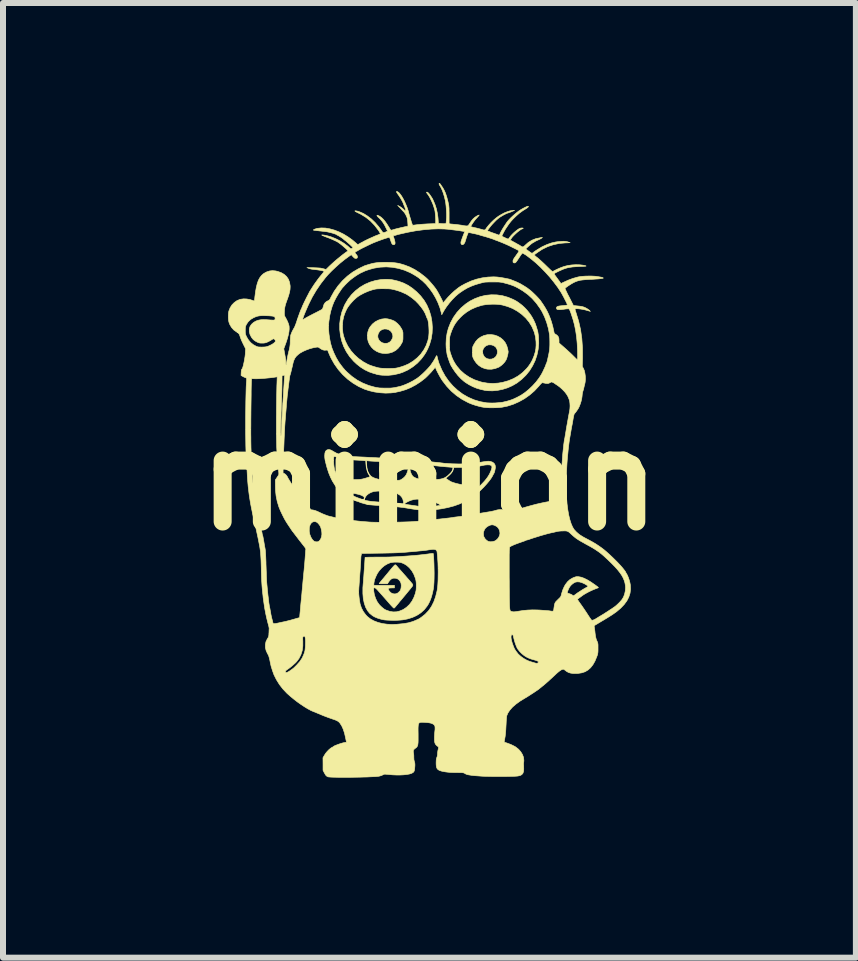
<source format=kicad_pcb>
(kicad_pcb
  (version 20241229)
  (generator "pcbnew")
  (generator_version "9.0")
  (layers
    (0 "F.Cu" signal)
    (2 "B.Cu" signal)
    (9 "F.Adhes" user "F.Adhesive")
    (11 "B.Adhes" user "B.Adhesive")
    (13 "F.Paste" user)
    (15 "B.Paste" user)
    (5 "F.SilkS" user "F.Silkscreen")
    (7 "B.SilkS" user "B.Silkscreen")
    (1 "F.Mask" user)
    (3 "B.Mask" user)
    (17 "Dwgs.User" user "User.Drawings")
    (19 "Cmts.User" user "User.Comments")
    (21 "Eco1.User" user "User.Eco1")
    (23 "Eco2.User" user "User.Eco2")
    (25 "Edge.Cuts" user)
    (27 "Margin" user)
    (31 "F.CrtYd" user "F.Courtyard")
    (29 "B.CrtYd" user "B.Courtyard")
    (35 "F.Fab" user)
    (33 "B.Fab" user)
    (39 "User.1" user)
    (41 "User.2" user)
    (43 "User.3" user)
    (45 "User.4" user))
  (footprint "minion"
    (layer "F.Cu")
    (at 4.108 4.953)
    (property "Reference" "minion" (at 0 0 0) (layer "F.SilkS") (effects (font (size 1.524 1.524) (thickness 0.3))))
    (attr through_hole)
    (fp_poly (pts (xy -0.7 -2.689) (xy -0.66 -2.68) (xy -0.62 -2.667) (xy -0.586 -2.652) (xy -0.575 -2.645) (xy -0.532 -2.61) (xy -0.494 -2.568) (xy -0.464 -2.521) (xy -0.461 -2.515) (xy -0.452 -2.496) (xy -0.447 -2.48) (xy -0.443 -2.464) (xy -0.442 -2.443) (xy -0.442 -2.415) (xy -0.442 -2.4) (xy -0.442 -2.368) (xy -0.443 -2.344) (xy -0.446 -2.327) (xy -0.45 -2.31) (xy -0.458 -2.292) (xy -0.462 -2.285) (xy -0.488 -2.241) (xy -0.522 -2.199) (xy -0.562 -2.164) (xy -0.57 -2.159) (xy -0.617 -2.134) (xy -0.671 -2.118) (xy -0.728 -2.111) (xy -0.786 -2.115) (xy -0.826 -2.123) (xy -0.88 -2.146) (xy -0.928 -2.177) (xy -0.967 -2.216) (xy -0.999 -2.261) (xy -1.021 -2.31) (xy -1.033 -2.362) (xy -1.034 -2.384) (xy -0.861 -2.384) (xy -0.852 -2.354) (xy -0.835 -2.326) (xy -0.811 -2.304) (xy -0.781 -2.288) (xy -0.746 -2.28) (xy -0.708 -2.282) (xy -0.693 -2.286) (xy -0.664 -2.3) (xy -0.64 -2.324) (xy -0.622 -2.355) (xy -0.612 -2.38) (xy -0.61 -2.402) (xy -0.615 -2.427) (xy -0.616 -2.433) (xy -0.631 -2.466) (xy -0.655 -2.492) (xy -0.684 -2.509) (xy -0.718 -2.519) (xy -0.753 -2.52) (xy -0.786 -2.512) (xy -0.817 -2.493) (xy -0.829 -2.482) (xy -0.85 -2.45) (xy -0.861 -2.417) (xy -0.861 -2.384) (xy -1.034 -2.384) (xy -1.035 -2.417) (xy -1.027 -2.471) (xy -1.008 -2.524) (xy -0.989 -2.556) (xy -0.952 -2.601) (xy -0.907 -2.638) (xy -0.855 -2.666) (xy -0.799 -2.685) (xy -0.742 -2.692) (xy -0.736 -2.692) (xy -0.7 -2.689)) (stroke (width 0.01) (type solid)) (fill yes) (layer "F.SilkS"))
    (fp_poly (pts (xy 1.081 -2.419) (xy 1.134 -2.401) (xy 1.183 -2.374) (xy 1.226 -2.338) (xy 1.261 -2.295) (xy 1.287 -2.245) (xy 1.304 -2.189) (xy 1.305 -2.183) (xy 1.308 -2.163) (xy 1.312 -2.146) (xy 1.311 -2.131) (xy 1.308 -2.107) (xy 1.301 -2.079) (xy 1.293 -2.049) (xy 1.284 -2.021) (xy 1.275 -2.002) (xy 1.256 -1.972) (xy 1.229 -1.941) (xy 1.197 -1.912) (xy 1.163 -1.888) (xy 1.149 -1.881) (xy 1.093 -1.86) (xy 1.033 -1.849) (xy 0.973 -1.85) (xy 0.928 -1.858) (xy 0.873 -1.879) (xy 0.823 -1.911) (xy 0.78 -1.953) (xy 0.746 -2.002) (xy 0.737 -2.019) (xy 0.727 -2.04) (xy 0.721 -2.057) (xy 0.717 -2.073) (xy 0.715 -2.092) (xy 0.715 -2.118) (xy 0.715 -2.125) (xy 0.886 -2.125) (xy 0.895 -2.091) (xy 0.913 -2.06) (xy 0.931 -2.042) (xy 0.961 -2.025) (xy 0.997 -2.017) (xy 1.034 -2.018) (xy 1.069 -2.03) (xy 1.069 -2.03) (xy 1.099 -2.052) (xy 1.12 -2.081) (xy 1.131 -2.114) (xy 1.133 -2.149) (xy 1.125 -2.183) (xy 1.107 -2.214) (xy 1.099 -2.223) (xy 1.068 -2.244) (xy 1.032 -2.255) (xy 0.992 -2.256) (xy 0.978 -2.254) (xy 0.943 -2.24) (xy 0.916 -2.218) (xy 0.897 -2.19) (xy 0.887 -2.158) (xy 0.886 -2.125) (xy 0.715 -2.125) (xy 0.715 -2.14) (xy 0.715 -2.172) (xy 0.716 -2.195) (xy 0.719 -2.212) (xy 0.723 -2.227) (xy 0.731 -2.244) (xy 0.736 -2.254) (xy 0.768 -2.308) (xy 0.806 -2.351) (xy 0.851 -2.384) (xy 0.903 -2.409) (xy 0.909 -2.411) (xy 0.967 -2.425) (xy 1.025 -2.427) (xy 1.081 -2.419)) (stroke (width 0.01) (type solid)) (fill yes) (layer "F.SilkS"))
    (fp_poly (pts (xy 1.125 -3.088) (xy 1.219 -3.074) (xy 1.31 -3.048) (xy 1.384 -3.017) (xy 1.413 -3.003) (xy 1.434 -2.992) (xy 1.451 -2.982) (xy 1.468 -2.971) (xy 1.488 -2.957) (xy 1.502 -2.947) (xy 1.547 -2.912) (xy 1.586 -2.876) (xy 1.622 -2.838) (xy 1.659 -2.792) (xy 1.672 -2.775) (xy 1.705 -2.726) (xy 1.736 -2.67) (xy 1.762 -2.613) (xy 1.778 -2.567) (xy 1.787 -2.539) (xy 1.795 -2.511) (xy 1.801 -2.493) (xy 1.806 -2.473) (xy 1.81 -2.446) (xy 1.815 -2.413) (xy 1.818 -2.383) (xy 1.821 -2.282) (xy 1.812 -2.183) (xy 1.792 -2.087) (xy 1.761 -1.994) (xy 1.719 -1.907) (xy 1.668 -1.824) (xy 1.607 -1.749) (xy 1.537 -1.681) (xy 1.46 -1.621) (xy 1.381 -1.575) (xy 1.303 -1.54) (xy 1.22 -1.514) (xy 1.136 -1.497) (xy 1.053 -1.489) (xy 0.973 -1.491) (xy 0.962 -1.492) (xy 0.938 -1.495) (xy 0.917 -1.498) (xy 0.905 -1.501) (xy 0.893 -1.504) (xy 0.872 -1.508) (xy 0.848 -1.514) (xy 0.845 -1.515) (xy 0.785 -1.533) (xy 0.722 -1.559) (xy 0.66 -1.591) (xy 0.601 -1.628) (xy 0.573 -1.649) (xy 0.523 -1.693) (xy 0.473 -1.746) (xy 0.427 -1.805) (xy 0.386 -1.865) (xy 0.356 -1.916) (xy 0.343 -1.946) (xy 0.329 -1.983) (xy 0.315 -2.023) (xy 0.302 -2.063) (xy 0.293 -2.097) (xy 0.293 -2.099) (xy 0.28 -2.183) (xy 0.277 -2.237) (xy 0.334 -2.237) (xy 0.334 -2.207) (xy 0.335 -2.183) (xy 0.338 -2.164) (xy 0.342 -2.146) (xy 0.347 -2.125) (xy 0.355 -2.102) (xy 0.376 -2.043) (xy 0.399 -1.992) (xy 0.426 -1.945) (xy 0.455 -1.902) (xy 0.515 -1.831) (xy 0.584 -1.77) (xy 0.661 -1.718) (xy 0.746 -1.675) (xy 0.839 -1.643) (xy 0.883 -1.631) (xy 0.969 -1.617) (xy 1.058 -1.612) (xy 1.147 -1.618) (xy 1.218 -1.63) (xy 1.314 -1.657) (xy 1.401 -1.693) (xy 1.481 -1.739) (xy 1.553 -1.794) (xy 1.619 -1.86) (xy 1.648 -1.895) (xy 1.684 -1.947) (xy 1.714 -2.001) (xy 1.739 -2.061) (xy 1.746 -2.081) (xy 1.763 -2.137) (xy 1.773 -2.191) (xy 1.777 -2.249) (xy 1.776 -2.307) (xy 1.767 -2.388) (xy 1.747 -2.466) (xy 1.715 -2.542) (xy 1.707 -2.559) (xy 1.661 -2.634) (xy 1.605 -2.702) (xy 1.539 -2.763) (xy 1.466 -2.816) (xy 1.386 -2.861) (xy 1.301 -2.895) (xy 1.212 -2.92) (xy 1.162 -2.928) (xy 1.113 -2.932) (xy 1.057 -2.933) (xy 0.999 -2.931) (xy 0.942 -2.926) (xy 0.892 -2.918) (xy 0.864 -2.912) (xy 0.775 -2.883) (xy 0.696 -2.848) (xy 0.624 -2.805) (xy 0.557 -2.753) (xy 0.52 -2.718) (xy 0.472 -2.666) (xy 0.433 -2.615) (xy 0.401 -2.561) (xy 0.374 -2.5) (xy 0.355 -2.448) (xy 0.347 -2.424) (xy 0.342 -2.405) (xy 0.338 -2.387) (xy 0.336 -2.367) (xy 0.334 -2.343) (xy 0.334 -2.312) (xy 0.334 -2.276) (xy 0.334 -2.237) (xy 0.277 -2.237) (xy 0.276 -2.273) (xy 0.28 -2.364) (xy 0.294 -2.453) (xy 0.315 -2.532) (xy 0.352 -2.625) (xy 0.399 -2.713) (xy 0.457 -2.795) (xy 0.524 -2.869) (xy 0.6 -2.934) (xy 0.67 -2.982) (xy 0.756 -3.026) (xy 0.845 -3.059) (xy 0.937 -3.081) (xy 1.031 -3.09) (xy 1.125 -3.088)) (stroke (width 0.01) (type solid)) (fill yes) (layer "F.SilkS"))
    (fp_poly (pts (xy -0.693 -3.347) (xy -0.659 -3.345) (xy -0.626 -3.341) (xy -0.591 -3.334) (xy -0.55 -3.324) (xy -0.514 -3.315) (xy -0.434 -3.286) (xy -0.356 -3.247) (xy -0.281 -3.196) (xy -0.211 -3.137) (xy -0.147 -3.071) (xy -0.09 -2.998) (xy -0.043 -2.919) (xy -0.042 -2.916) (xy -0.004 -2.829) (xy 0.024 -2.737) (xy 0.041 -2.642) (xy 0.048 -2.545) (xy 0.044 -2.449) (xy 0.029 -2.356) (xy 0.003 -2.266) (xy -0.003 -2.25) (xy -0.029 -2.188) (xy -0.056 -2.135) (xy -0.087 -2.086) (xy -0.123 -2.037) (xy -0.137 -2.019) (xy -0.202 -1.95) (xy -0.276 -1.89) (xy -0.356 -1.839) (xy -0.443 -1.799) (xy -0.504 -1.778) (xy -0.596 -1.757) (xy -0.688 -1.747) (xy -0.782 -1.749) (xy -0.822 -1.753) (xy -0.847 -1.757) (xy -0.869 -1.761) (xy -0.883 -1.765) (xy -0.897 -1.77) (xy -0.919 -1.776) (xy -0.937 -1.781) (xy -1.006 -1.805) (xy -1.077 -1.839) (xy -1.147 -1.883) (xy -1.213 -1.935) (xy -1.265 -1.984) (xy -1.331 -2.06) (xy -1.386 -2.142) (xy -1.43 -2.229) (xy -1.463 -2.32) (xy -1.485 -2.415) (xy -1.496 -2.511) (xy -1.496 -2.525) (xy -1.45 -2.525) (xy -1.443 -2.456) (xy -1.433 -2.407) (xy -1.403 -2.32) (xy -1.362 -2.237) (xy -1.311 -2.16) (xy -1.25 -2.09) (xy -1.18 -2.027) (xy -1.102 -1.972) (xy -1.027 -1.931) (xy -0.99 -1.915) (xy -0.946 -1.9) (xy -0.9 -1.886) (xy -0.857 -1.874) (xy -0.823 -1.868) (xy -0.792 -1.865) (xy -0.752 -1.863) (xy -0.706 -1.862) (xy -0.66 -1.862) (xy -0.616 -1.863) (xy -0.578 -1.865) (xy -0.561 -1.867) (xy -0.516 -1.876) (xy -0.466 -1.891) (xy -0.414 -1.909) (xy -0.366 -1.93) (xy -0.346 -1.939) (xy -0.27 -1.986) (xy -0.202 -2.041) (xy -0.143 -2.103) (xy -0.094 -2.172) (xy -0.055 -2.246) (xy -0.027 -2.325) (xy -0.015 -2.377) (xy -0.011 -2.412) (xy -0.008 -2.453) (xy -0.008 -2.498) (xy -0.01 -2.543) (xy -0.013 -2.586) (xy -0.018 -2.626) (xy -0.024 -2.659) (xy -0.031 -2.684) (xy -0.037 -2.695) (xy -0.043 -2.705) (xy -0.049 -2.722) (xy -0.051 -2.727) (xy -0.071 -2.778) (xy -0.101 -2.832) (xy -0.14 -2.886) (xy -0.185 -2.94) (xy -0.234 -2.99) (xy -0.286 -3.033) (xy -0.287 -3.034) (xy -0.308 -3.049) (xy -0.332 -3.066) (xy -0.357 -3.082) (xy -0.379 -3.096) (xy -0.398 -3.106) (xy -0.409 -3.111) (xy -0.41 -3.111) (xy -0.417 -3.114) (xy -0.432 -3.121) (xy -0.453 -3.13) (xy -0.455 -3.131) (xy -0.478 -3.141) (xy -0.51 -3.152) (xy -0.545 -3.163) (xy -0.57 -3.17) (xy -0.597 -3.177) (xy -0.62 -3.182) (xy -0.64 -3.186) (xy -0.662 -3.188) (xy -0.688 -3.19) (xy -0.72 -3.19) (xy -0.763 -3.191) (xy -0.765 -3.191) (xy -0.808 -3.191) (xy -0.84 -3.19) (xy -0.865 -3.189) (xy -0.886 -3.187) (xy -0.905 -3.184) (xy -0.925 -3.179) (xy -0.949 -3.173) (xy -0.959 -3.17) (xy -1.024 -3.148) (xy -1.09 -3.119) (xy -1.151 -3.087) (xy -1.195 -3.059) (xy -1.229 -3.031) (xy -1.265 -2.998) (xy -1.3 -2.96) (xy -1.333 -2.921) (xy -1.36 -2.884) (xy -1.381 -2.849) (xy -1.39 -2.829) (xy -1.397 -2.813) (xy -1.406 -2.793) (xy -1.409 -2.786) (xy -1.429 -2.729) (xy -1.443 -2.665) (xy -1.45 -2.596) (xy -1.45 -2.525) (xy -1.496 -2.525) (xy -1.496 -2.609) (xy -1.484 -2.706) (xy -1.46 -2.803) (xy -1.424 -2.897) (xy -1.406 -2.935) (xy -1.357 -3.017) (xy -1.299 -3.092) (xy -1.232 -3.158) (xy -1.157 -3.216) (xy -1.076 -3.264) (xy -0.99 -3.301) (xy -0.899 -3.328) (xy -0.805 -3.344) (xy -0.733 -3.348) (xy -0.693 -3.347)) (stroke (width 0.01) (type solid)) (fill yes) (layer "F.SilkS"))
    (fp_poly (pts (xy 0.061 1.221) (xy 0.062 1.222) (xy 0.064 1.23) (xy 0.066 1.249) (xy 0.069 1.278) (xy 0.071 1.313) (xy 0.073 1.355) (xy 0.075 1.401) (xy 0.076 1.449) (xy 0.077 1.497) (xy 0.078 1.544) (xy 0.078 1.559) (xy 0.077 1.636) (xy 0.075 1.703) (xy 0.071 1.762) (xy 0.064 1.815) (xy 0.054 1.864) (xy 0.042 1.912) (xy 0.036 1.934) (xy 0.019 1.985) (xy 0.001 2.027) (xy -0.018 2.065) (xy -0.041 2.101) (xy -0.088 2.16) (xy -0.145 2.211) (xy -0.211 2.254) (xy -0.285 2.288) (xy -0.367 2.313) (xy -0.445 2.328) (xy -0.487 2.332) (xy -0.537 2.335) (xy -0.591 2.336) (xy -0.646 2.335) (xy -0.697 2.333) (xy -0.741 2.33) (xy -0.762 2.327) (xy -0.812 2.316) (xy -0.864 2.3) (xy -0.912 2.28) (xy -0.947 2.26) (xy -0.994 2.223) (xy -1.033 2.175) (xy -1.064 2.118) (xy -1.087 2.051) (xy -1.103 1.975) (xy -1.11 1.889) (xy -1.11 1.831) (xy -0.931 1.831) (xy -0.93 1.841) (xy -0.919 1.907) (xy -0.899 1.969) (xy -0.872 2.025) (xy -0.838 2.073) (xy -0.821 2.091) (xy -0.794 2.117) (xy -0.772 2.135) (xy -0.754 2.149) (xy -0.735 2.16) (xy -0.719 2.167) (xy -0.661 2.187) (xy -0.605 2.196) (xy -0.549 2.194) (xy -0.497 2.181) (xy -0.437 2.156) (xy -0.383 2.119) (xy -0.334 2.073) (xy -0.292 2.017) (xy -0.259 1.953) (xy -0.238 1.895) (xy -0.23 1.866) (xy -0.224 1.84) (xy -0.221 1.813) (xy -0.22 1.78) (xy -0.22 1.762) (xy -0.22 1.726) (xy -0.222 1.699) (xy -0.225 1.676) (xy -0.23 1.653) (xy -0.237 1.63) (xy -0.262 1.566) (xy -0.295 1.509) (xy -0.335 1.46) (xy -0.38 1.42) (xy -0.43 1.39) (xy -0.473 1.374) (xy -0.504 1.368) (xy -0.543 1.366) (xy -0.584 1.366) (xy -0.622 1.37) (xy -0.648 1.374) (xy -0.698 1.394) (xy -0.748 1.423) (xy -0.794 1.461) (xy -0.835 1.506) (xy -0.869 1.555) (xy -0.892 1.603) (xy -0.9 1.623) (xy -0.906 1.637) (xy -0.908 1.641) (xy -0.913 1.652) (xy -0.918 1.672) (xy -0.922 1.695) (xy -0.926 1.717) (xy -0.927 1.734) (xy -0.927 1.753) (xy -0.584 1.753) (xy -0.584 1.795) (xy -0.629 1.796) (xy -0.652 1.797) (xy -0.671 1.799) (xy -0.68 1.801) (xy -0.68 1.801) (xy -0.686 1.81) (xy -0.683 1.826) (xy -0.673 1.843) (xy -0.658 1.862) (xy -0.64 1.878) (xy -0.625 1.886) (xy -0.592 1.896) (xy -0.558 1.894) (xy -0.527 1.88) (xy -0.498 1.853) (xy -0.488 1.841) (xy -0.478 1.818) (xy -0.472 1.787) (xy -0.47 1.753) (xy -0.474 1.721) (xy -0.479 1.705) (xy -0.498 1.672) (xy -0.524 1.649) (xy -0.557 1.635) (xy -0.594 1.633) (xy -0.602 1.634) (xy -0.627 1.642) (xy -0.648 1.656) (xy -0.669 1.68) (xy -0.679 1.694) (xy -0.701 1.727) (xy -0.77 1.727) (xy -0.797 1.727) (xy -0.82 1.726) (xy -0.834 1.725) (xy -0.838 1.723) (xy -0.834 1.717) (xy -0.824 1.703) (xy -0.807 1.683) (xy -0.786 1.657) (xy -0.763 1.63) (xy -0.734 1.595) (xy -0.703 1.558) (xy -0.673 1.521) (xy -0.647 1.49) (xy -0.635 1.475) (xy -0.614 1.451) (xy -0.596 1.431) (xy -0.581 1.416) (xy -0.572 1.41) (xy -0.571 1.41) (xy -0.562 1.414) (xy -0.549 1.426) (xy -0.537 1.44) (xy -0.526 1.453) (xy -0.508 1.474) (xy -0.484 1.501) (xy -0.456 1.532) (xy -0.426 1.567) (xy -0.397 1.599) (xy -0.367 1.634) (xy -0.339 1.665) (xy -0.315 1.693) (xy -0.296 1.716) (xy -0.284 1.731) (xy -0.279 1.739) (xy -0.279 1.739) (xy -0.278 1.753) (xy -0.281 1.762) (xy -0.287 1.77) (xy -0.299 1.786) (xy -0.318 1.81) (xy -0.342 1.839) (xy -0.371 1.874) (xy -0.402 1.912) (xy -0.428 1.943) (xy -0.461 1.983) (xy -0.493 2.02) (xy -0.52 2.054) (xy -0.544 2.082) (xy -0.562 2.104) (xy -0.574 2.118) (xy -0.578 2.123) (xy -0.589 2.132) (xy -0.598 2.13) (xy -0.605 2.123) (xy -0.619 2.109) (xy -0.639 2.088) (xy -0.661 2.063) (xy -0.683 2.038) (xy -0.739 1.974) (xy -0.792 1.914) (xy -0.839 1.861) (xy -0.872 1.824) (xy -0.894 1.803) (xy -0.912 1.793) (xy -0.923 1.794) (xy -0.93 1.807) (xy -0.931 1.831) (xy -1.11 1.831) (xy -1.11 1.794) (xy -1.105 1.727) (xy -1.103 1.709) (xy -1.101 1.682) (xy -1.099 1.647) (xy -1.095 1.606) (xy -1.092 1.561) (xy -1.089 1.514) (xy -1.085 1.467) (xy -1.082 1.422) (xy -1.079 1.38) (xy -1.077 1.344) (xy -1.075 1.315) (xy -1.074 1.295) (xy -1.073 1.287) (xy -1.067 1.286) (xy -1.05 1.285) (xy -1.023 1.284) (xy -0.987 1.283) (xy -0.945 1.283) (xy -0.897 1.282) (xy -0.859 1.282) (xy -0.792 1.282) (xy -0.734 1.282) (xy -0.681 1.281) (xy -0.631 1.279) (xy -0.582 1.277) (xy -0.531 1.275) (xy -0.475 1.271) (xy -0.412 1.267) (xy -0.34 1.262) (xy -0.327 1.261) (xy -0.247 1.255) (xy -0.175 1.248) (xy -0.104 1.24) (xy -0.03 1.231) (xy 0.012 1.225) (xy 0.035 1.222) (xy 0.052 1.221) (xy 0.061 1.221)) (stroke (width 0.01) (type solid)) (fill yes) (layer "F.SilkS"))
    (fp_poly (pts (xy -1.659 -0.508) (xy -1.632 -0.497) (xy -1.603 -0.479) (xy -1.552 -0.451) (xy -1.49 -0.428) (xy -1.417 -0.411) (xy -1.332 -0.398) (xy -1.236 -0.391) (xy -1.226 -0.391) (xy -1.191 -0.389) (xy -1.146 -0.387) (xy -1.096 -0.385) (xy -1.042 -0.382) (xy -0.989 -0.379) (xy -0.959 -0.378) (xy -0.904 -0.375) (xy -0.84 -0.371) (xy -0.772 -0.368) (xy -0.704 -0.364) (xy -0.64 -0.361) (xy -0.606 -0.359) (xy -0.514 -0.354) (xy -0.433 -0.35) (xy -0.364 -0.346) (xy -0.305 -0.342) (xy -0.257 -0.338) (xy -0.219 -0.335) (xy -0.191 -0.332) (xy -0.178 -0.33) (xy -0.161 -0.328) (xy -0.133 -0.324) (xy -0.097 -0.32) (xy -0.054 -0.315) (xy -0.007 -0.31) (xy 0.042 -0.305) (xy 0.047 -0.304) (xy 0.094 -0.299) (xy 0.137 -0.295) (xy 0.174 -0.291) (xy 0.203 -0.287) (xy 0.224 -0.285) (xy 0.234 -0.283) (xy 0.234 -0.283) (xy 0.242 -0.282) (xy 0.26 -0.28) (xy 0.286 -0.279) (xy 0.32 -0.276) (xy 0.359 -0.274) (xy 0.375 -0.273) (xy 0.492 -0.27) (xy 0.606 -0.272) (xy 0.713 -0.279) (xy 0.812 -0.292) (xy 0.831 -0.295) (xy 0.878 -0.303) (xy 0.916 -0.309) (xy 0.945 -0.313) (xy 0.967 -0.315) (xy 0.985 -0.316) (xy 1.001 -0.314) (xy 1.017 -0.312) (xy 1.017 -0.312) (xy 1.053 -0.299) (xy 1.078 -0.279) (xy 1.094 -0.251) (xy 1.099 -0.217) (xy 1.097 -0.199) (xy 1.093 -0.177) (xy 1.088 -0.153) (xy 1.082 -0.132) (xy 1.077 -0.118) (xy 1.074 -0.115) (xy 1.069 -0.107) (xy 1.062 -0.092) (xy 1.061 -0.091) (xy 1.045 -0.06) (xy 1.021 -0.022) (xy 0.989 0.02) (xy 0.952 0.064) (xy 0.911 0.109) (xy 0.868 0.153) (xy 0.823 0.195) (xy 0.785 0.228) (xy 0.696 0.293) (xy 0.601 0.349) (xy 0.501 0.396) (xy 0.409 0.429) (xy 0.303 0.457) (xy 0.194 0.478) (xy 0.084 0.493) (xy -0.023 0.499) (xy -0.125 0.498) (xy -0.203 0.492) (xy -0.239 0.487) (xy -0.281 0.481) (xy -0.323 0.474) (xy -0.343 0.471) (xy -0.426 0.457) (xy -0.52 0.446) (xy -0.626 0.436) (xy -0.741 0.427) (xy -0.822 0.422) (xy -0.871 0.42) (xy -0.916 0.417) (xy -0.956 0.414) (xy -0.989 0.411) (xy -1.013 0.409) (xy -1.027 0.407) (xy -1.029 0.407) (xy -1.072 0.395) (xy -1.078 0.394) (xy -0.413 0.394) (xy -0.411 0.397) (xy -0.406 0.4) (xy -0.396 0.402) (xy -0.378 0.406) (xy -0.352 0.41) (xy -0.315 0.415) (xy -0.292 0.419) (xy -0.255 0.424) (xy -0.219 0.429) (xy -0.187 0.434) (xy -0.163 0.437) (xy -0.159 0.438) (xy -0.133 0.44) (xy -0.098 0.441) (xy -0.056 0.441) (xy -0.011 0.44) (xy 0.033 0.438) (xy 0.075 0.435) (xy 0.108 0.431) (xy 0.133 0.428) (xy 0.155 0.424) (xy 0.17 0.422) (xy 0.17 0.422) (xy 0.185 0.419) (xy 0.169 0.406) (xy 0.149 0.393) (xy 0.119 0.379) (xy 0.083 0.364) (xy 0.044 0.349) (xy 0.004 0.337) (xy -0.011 0.333) (xy -0.041 0.325) (xy -0.068 0.32) (xy -0.096 0.318) (xy -0.129 0.316) (xy -0.159 0.316) (xy -0.196 0.316) (xy -0.224 0.317) (xy -0.247 0.32) (xy -0.268 0.324) (xy -0.292 0.331) (xy -0.298 0.332) (xy -0.325 0.342) (xy -0.353 0.354) (xy -0.378 0.367) (xy -0.398 0.379) (xy -0.41 0.389) (xy -0.413 0.394) (xy -1.078 0.394) (xy -1.105 0.386) (xy -1.129 0.379) (xy -1.145 0.375) (xy -1.154 0.371) (xy -1.159 0.369) (xy -1.168 0.365) (xy -1.185 0.358) (xy -1.208 0.351) (xy -1.213 0.35) (xy -1.245 0.338) (xy -1.267 0.329) (xy -1.083 0.329) (xy -1.083 0.33) (xy -1.075 0.334) (xy -1.056 0.339) (xy -1.028 0.345) (xy -0.992 0.351) (xy -0.962 0.355) (xy -0.944 0.357) (xy -0.916 0.359) (xy -0.879 0.362) (xy -0.835 0.365) (xy -0.787 0.368) (xy -0.737 0.371) (xy -0.724 0.372) (xy -0.674 0.374) (xy -0.625 0.377) (xy -0.582 0.38) (xy -0.544 0.383) (xy -0.515 0.385) (xy -0.495 0.387) (xy -0.492 0.387) (xy -0.464 0.391) (xy -0.445 0.392) (xy -0.436 0.391) (xy -0.432 0.385) (xy -0.432 0.373) (xy -0.434 0.358) (xy -0.444 0.317) (xy -0.462 0.283) (xy -0.489 0.253) (xy -0.527 0.229) (xy -0.576 0.21) (xy -0.636 0.195) (xy -0.649 0.193) (xy -0.684 0.187) (xy -0.726 0.184) (xy -0.772 0.182) (xy -0.818 0.181) (xy -0.862 0.182) (xy -0.9 0.185) (xy -0.929 0.189) (xy -0.933 0.19) (xy -0.974 0.204) (xy -1.012 0.224) (xy -1.042 0.248) (xy -1.052 0.258) (xy -1.065 0.278) (xy -1.076 0.298) (xy -1.082 0.317) (xy -1.083 0.329) (xy -1.267 0.329) (xy -1.283 0.322) (xy -1.324 0.302) (xy -1.364 0.281) (xy -1.398 0.261) (xy -1.42 0.246) (xy -1.456 0.217) (xy -1.459 0.214) (xy -1.359 0.214) (xy -1.353 0.22) (xy -1.338 0.23) (xy -1.314 0.242) (xy -1.285 0.256) (xy -1.253 0.27) (xy -1.219 0.285) (xy -1.185 0.298) (xy -1.154 0.309) (xy -1.128 0.318) (xy -1.109 0.322) (xy -1.104 0.323) (xy -1.094 0.318) (xy -1.089 0.305) (xy -1.087 0.29) (xy -1.092 0.278) (xy -1.104 0.268) (xy -1.125 0.257) (xy -1.135 0.252) (xy -1.157 0.244) (xy -1.185 0.236) (xy -1.216 0.229) (xy -1.249 0.222) (xy -1.282 0.216) (xy -1.311 0.212) (xy -1.335 0.21) (xy -1.352 0.211) (xy -1.359 0.214) (xy -1.359 0.214) (xy -1.459 0.214) (xy -1.494 0.18) (xy -1.531 0.14) (xy -1.564 0.1) (xy -1.578 0.079) (xy -1.618 0.015) (xy -1.651 -0.052) (xy -1.681 -0.125) (xy -1.707 -0.207) (xy -1.711 -0.221) (xy -1.724 -0.27) (xy -1.734 -0.311) (xy -1.738 -0.33) (xy -1.598 -0.33) (xy -1.597 -0.298) (xy -1.595 -0.263) (xy -1.591 -0.228) (xy -1.586 -0.196) (xy -1.58 -0.167) (xy -1.578 -0.16) (xy -1.561 -0.122) (xy -1.537 -0.09) (xy -1.503 -0.064) (xy -1.458 -0.042) (xy -1.426 -0.03) (xy -1.4 -0.022) (xy -1.38 -0.016) (xy -1.362 -0.012) (xy -1.343 -0.01) (xy -1.321 -0.008) (xy -1.292 -0.008) (xy -1.255 -0.009) (xy -1.245 -0.009) (xy -1.205 -0.01) (xy -1.174 -0.011) (xy -1.148 -0.014) (xy -1.124 -0.018) (xy -1.099 -0.024) (xy -1.073 -0.031) (xy -1.044 -0.04) (xy -1.02 -0.047) (xy -1.002 -0.054) (xy -0.994 -0.057) (xy -0.993 -0.066) (xy -0.998 -0.074) (xy -1.023 -0.113) (xy -1.041 -0.161) (xy -1.054 -0.22) (xy -1.059 -0.268) (xy -1.062 -0.323) (xy -1.083 -0.325) (xy -1.048 -0.325) (xy -1.048 -0.275) (xy -1.043 -0.213) (xy -1.031 -0.158) (xy -1.01 -0.112) (xy -0.983 -0.075) (xy -0.976 -0.068) (xy -0.945 -0.047) (xy -0.901 -0.029) (xy -0.846 -0.015) (xy -0.778 -0.003) (xy -0.727 0.002) (xy -0.712 0.003) (xy -0.687 0.004) (xy -0.655 0.004) (xy -0.619 0.004) (xy -0.6 0.004) (xy -0.56 0.003) (xy -0.53 0.002) (xy -0.508 0.001) (xy -0.492 -0.002) (xy -0.48 -0.006) (xy -0.475 -0.008) (xy -0.438 -0.033) (xy -0.405 -0.065) (xy -0.386 -0.093) (xy -0.378 -0.111) (xy -0.369 -0.135) (xy -0.36 -0.164) (xy -0.351 -0.194) (xy -0.347 -0.212) (xy -0.33 -0.212) (xy -0.325 -0.173) (xy -0.315 -0.134) (xy -0.3 -0.098) (xy -0.282 -0.07) (xy -0.27 -0.058) (xy -0.248 -0.045) (xy -0.219 -0.032) (xy -0.187 -0.021) (xy -0.155 -0.014) (xy -0.149 -0.013) (xy -0.125 -0.01) (xy -0.091 -0.009) (xy -0.051 -0.008) (xy -0.006 -0.008) (xy 0.04 -0.008) (xy 0.085 -0.01) (xy 0.125 -0.012) (xy 0.13 -0.012) (xy 0.178 -0.017) (xy 0.217 -0.026) (xy 0.233 -0.032) (xy 0.274 -0.032) (xy 0.278 -0.027) (xy 0.29 -0.018) (xy 0.297 -0.013) (xy 0.317 -0.000483) (xy 0.335 0.012) (xy 0.339 0.014) (xy 0.364 0.028) (xy 0.4 0.041) (xy 0.444 0.054) (xy 0.495 0.066) (xy 0.551 0.077) (xy 0.608 0.086) (xy 0.667 0.094) (xy 0.723 0.099) (xy 0.775 0.101) (xy 0.835 0.102) (xy 0.874 0.062) (xy 0.917 0.016) (xy 0.951 -0.025) (xy 0.978 -0.064) (xy 1.001 -0.103) (xy 1.02 -0.145) (xy 1.021 -0.147) (xy 1.035 -0.185) (xy 1.041 -0.214) (xy 1.038 -0.234) (xy 1.026 -0.247) (xy 1.005 -0.254) (xy 0.973 -0.256) (xy 0.968 -0.256) (xy 0.939 -0.254) (xy 0.909 -0.25) (xy 0.888 -0.245) (xy 0.859 -0.239) (xy 0.819 -0.232) (xy 0.771 -0.227) (xy 0.716 -0.222) (xy 0.657 -0.218) (xy 0.597 -0.215) (xy 0.536 -0.213) (xy 0.533 -0.213) (xy 0.403 -0.212) (xy 0.399 -0.186) (xy 0.389 -0.155) (xy 0.37 -0.124) (xy 0.34 -0.091) (xy 0.318 -0.072) (xy 0.299 -0.055) (xy 0.283 -0.042) (xy 0.275 -0.033) (xy 0.274 -0.032) (xy 0.233 -0.032) (xy 0.249 -0.038) (xy 0.28 -0.056) (xy 0.312 -0.081) (xy 0.314 -0.084) (xy 0.348 -0.116) (xy 0.372 -0.145) (xy 0.385 -0.172) (xy 0.389 -0.191) (xy 0.391 -0.213) (xy 0.333 -0.218) (xy 0.28 -0.222) (xy 0.227 -0.227) (xy 0.175 -0.232) (xy 0.129 -0.237) (xy 0.088 -0.241) (xy 0.056 -0.245) (xy 0.035 -0.247) (xy 0.017 -0.25) (xy -0.01 -0.253) (xy -0.046 -0.257) (xy -0.087 -0.261) (xy -0.131 -0.265) (xy -0.149 -0.267) (xy -0.192 -0.271) (xy -0.23 -0.274) (xy -0.264 -0.278) (xy -0.289 -0.281) (xy -0.305 -0.283) (xy -0.309 -0.283) (xy -0.316 -0.284) (xy -0.321 -0.279) (xy -0.325 -0.267) (xy -0.328 -0.249) (xy -0.33 -0.212) (xy -0.347 -0.212) (xy -0.344 -0.224) (xy -0.338 -0.25) (xy -0.335 -0.269) (xy -0.335 -0.28) (xy -0.335 -0.281) (xy -0.344 -0.283) (xy -0.364 -0.285) (xy -0.397 -0.288) (xy -0.442 -0.291) (xy -0.498 -0.295) (xy -0.567 -0.298) (xy -0.646 -0.302) (xy -0.737 -0.307) (xy -0.832 -0.311) (xy -0.877 -0.313) (xy -0.919 -0.315) (xy -0.957 -0.317) (xy -0.988 -0.319) (xy -1.01 -0.321) (xy -1.018 -0.322) (xy -1.048 -0.325) (xy -1.083 -0.325) (xy -1.095 -0.327) (xy -1.111 -0.328) (xy -1.138 -0.33) (xy -1.172 -0.332) (xy -1.211 -0.334) (xy -1.252 -0.336) (xy -1.257 -0.337) (xy -1.299 -0.339) (xy -1.339 -0.341) (xy -1.375 -0.344) (xy -1.403 -0.347) (xy -1.421 -0.349) (xy -1.422 -0.349) (xy -1.441 -0.354) (xy -1.468 -0.361) (xy -1.499 -0.37) (xy -1.53 -0.379) (xy -1.559 -0.388) (xy -1.58 -0.395) (xy -1.585 -0.398) (xy -1.591 -0.394) (xy -1.595 -0.381) (xy -1.597 -0.359) (xy -1.598 -0.33) (xy -1.738 -0.33) (xy -1.741 -0.344) (xy -1.745 -0.373) (xy -1.746 -0.401) (xy -1.746 -0.411) (xy -1.743 -0.449) (xy -1.735 -0.478) (xy -1.719 -0.497) (xy -1.705 -0.505) (xy -1.683 -0.511) (xy -1.659 -0.508)) (stroke (width 0.01) (type solid)) (fill yes) (layer "F.SilkS"))
    (fp_poly (pts (xy 0.169 -4.947) (xy 0.18 -4.936) (xy 0.185 -4.929) (xy 0.198 -4.909) (xy 0.214 -4.886) (xy 0.221 -4.876) (xy 0.244 -4.835) (xy 0.267 -4.784) (xy 0.287 -4.724) (xy 0.305 -4.656) (xy 0.306 -4.652) (xy 0.313 -4.622) (xy 0.318 -4.598) (xy 0.322 -4.576) (xy 0.324 -4.554) (xy 0.326 -4.529) (xy 0.326 -4.499) (xy 0.327 -4.461) (xy 0.327 -4.418) (xy 0.327 -4.274) (xy 0.346 -4.271) (xy 0.361 -4.269) (xy 0.385 -4.267) (xy 0.412 -4.264) (xy 0.419 -4.264) (xy 0.45 -4.261) (xy 0.487 -4.256) (xy 0.524 -4.251) (xy 0.543 -4.248) (xy 0.579 -4.241) (xy 0.606 -4.238) (xy 0.624 -4.237) (xy 0.636 -4.239) (xy 0.646 -4.245) (xy 0.654 -4.255) (xy 0.664 -4.269) (xy 0.677 -4.289) (xy 0.69 -4.308) (xy 0.696 -4.318) (xy 0.723 -4.351) (xy 0.756 -4.381) (xy 0.79 -4.403) (xy 0.791 -4.404) (xy 0.81 -4.413) (xy 0.823 -4.418) (xy 0.829 -4.419) (xy 0.826 -4.413) (xy 0.816 -4.401) (xy 0.801 -4.384) (xy 0.793 -4.375) (xy 0.76 -4.338) (xy 0.731 -4.299) (xy 0.707 -4.263) (xy 0.696 -4.244) (xy 0.686 -4.225) (xy 0.748 -4.21) (xy 0.781 -4.203) (xy 0.816 -4.194) (xy 0.846 -4.186) (xy 0.854 -4.184) (xy 0.884 -4.175) (xy 0.904 -4.17) (xy 0.918 -4.17) (xy 0.928 -4.175) (xy 0.939 -4.186) (xy 0.951 -4.205) (xy 0.955 -4.21) (xy 0.987 -4.25) (xy 1.026 -4.293) (xy 1.069 -4.335) (xy 1.113 -4.372) (xy 1.148 -4.398) (xy 1.197 -4.428) (xy 1.246 -4.454) (xy 1.295 -4.474) (xy 1.339 -4.488) (xy 1.375 -4.494) (xy 1.419 -4.496) (xy 1.365 -4.474) (xy 1.341 -4.464) (xy 1.32 -4.457) (xy 1.306 -4.452) (xy 1.303 -4.452) (xy 1.293 -4.448) (xy 1.275 -4.44) (xy 1.251 -4.428) (xy 1.225 -4.414) (xy 1.2 -4.399) (xy 1.177 -4.385) (xy 1.169 -4.38) (xy 1.142 -4.359) (xy 1.11 -4.331) (xy 1.077 -4.297) (xy 1.044 -4.262) (xy 1.014 -4.227) (xy 1.004 -4.213) (xy 0.987 -4.191) (xy 0.975 -4.173) (xy 0.967 -4.161) (xy 0.965 -4.158) (xy 0.971 -4.154) (xy 0.984 -4.148) (xy 0.989 -4.146) (xy 1.006 -4.14) (xy 1.018 -4.135) (xy 1.019 -4.134) (xy 1.03 -4.129) (xy 1.045 -4.125) (xy 1.059 -4.12) (xy 1.082 -4.112) (xy 1.107 -4.103) (xy 1.113 -4.101) (xy 1.136 -4.092) (xy 1.153 -4.086) (xy 1.163 -4.084) (xy 1.164 -4.084) (xy 1.167 -4.09) (xy 1.175 -4.105) (xy 1.184 -4.126) (xy 1.187 -4.131) (xy 1.199 -4.155) (xy 1.217 -4.186) (xy 1.238 -4.22) (xy 1.261 -4.255) (xy 1.282 -4.287) (xy 1.3 -4.313) (xy 1.305 -4.318) (xy 1.326 -4.342) (xy 1.355 -4.372) (xy 1.388 -4.403) (xy 1.423 -4.434) (xy 1.457 -4.462) (xy 1.487 -4.485) (xy 1.493 -4.49) (xy 1.527 -4.511) (xy 1.56 -4.53) (xy 1.591 -4.546) (xy 1.617 -4.558) (xy 1.636 -4.565) (xy 1.642 -4.566) (xy 1.65 -4.563) (xy 1.647 -4.555) (xy 1.636 -4.544) (xy 1.627 -4.537) (xy 1.614 -4.528) (xy 1.593 -4.515) (xy 1.567 -4.499) (xy 1.548 -4.486) (xy 1.498 -4.45) (xy 1.444 -4.402) (xy 1.416 -4.375) (xy 1.386 -4.345) (xy 1.361 -4.317) (xy 1.338 -4.289) (xy 1.316 -4.259) (xy 1.291 -4.222) (xy 1.266 -4.185) (xy 1.256 -4.167) (xy 1.243 -4.144) (xy 1.231 -4.121) (xy 1.219 -4.098) (xy 1.211 -4.081) (xy 1.207 -4.07) (xy 1.206 -4.069) (xy 1.212 -4.064) (xy 1.226 -4.056) (xy 1.243 -4.048) (xy 1.264 -4.038) (xy 1.282 -4.03) (xy 1.291 -4.026) (xy 1.304 -4.021) (xy 1.316 -4.02) (xy 1.321 -4.025) (xy 1.325 -4.032) (xy 1.335 -4.046) (xy 1.349 -4.064) (xy 1.355 -4.072) (xy 1.38 -4.099) (xy 1.41 -4.128) (xy 1.441 -4.154) (xy 1.471 -4.177) (xy 1.496 -4.193) (xy 1.497 -4.193) (xy 1.514 -4.2) (xy 1.532 -4.203) (xy 1.549 -4.203) (xy 1.56 -4.201) (xy 1.562 -4.197) (xy 1.557 -4.192) (xy 1.554 -4.191) (xy 1.539 -4.187) (xy 1.518 -4.174) (xy 1.493 -4.156) (xy 1.465 -4.134) (xy 1.436 -4.108) (xy 1.409 -4.082) (xy 1.385 -4.057) (xy 1.367 -4.034) (xy 1.361 -4.024) (xy 1.347 -4.001) (xy 1.383 -3.981) (xy 1.403 -3.97) (xy 1.42 -3.961) (xy 1.429 -3.956) (xy 1.439 -3.95) (xy 1.457 -3.94) (xy 1.473 -3.931) (xy 1.496 -3.919) (xy 1.516 -3.906) (xy 1.527 -3.899) (xy 1.544 -3.89) (xy 1.557 -3.888) (xy 1.571 -3.894) (xy 1.588 -3.909) (xy 1.594 -3.915) (xy 1.648 -3.963) (xy 1.707 -3.999) (xy 1.772 -4.025) (xy 1.845 -4.04) (xy 1.854 -4.042) (xy 1.883 -4.045) (xy 1.867 -4.032) (xy 1.853 -4.024) (xy 1.832 -4.013) (xy 1.81 -4.003) (xy 1.788 -3.993) (xy 1.769 -3.984) (xy 1.759 -3.978) (xy 1.747 -3.97) (xy 1.73 -3.961) (xy 1.711 -3.949) (xy 1.695 -3.937) (xy 1.667 -3.913) (xy 1.642 -3.891) (xy 1.623 -3.873) (xy 1.61 -3.86) (xy 1.607 -3.855) (xy 1.611 -3.849) (xy 1.625 -3.839) (xy 1.644 -3.824) (xy 1.658 -3.814) (xy 1.682 -3.797) (xy 1.697 -3.787) (xy 1.707 -3.783) (xy 1.714 -3.783) (xy 1.72 -3.787) (xy 1.723 -3.79) (xy 1.741 -3.804) (xy 1.768 -3.823) (xy 1.799 -3.843) (xy 1.834 -3.864) (xy 1.867 -3.884) (xy 1.886 -3.894) (xy 1.96 -3.928) (xy 2.031 -3.953) (xy 2.104 -3.97) (xy 2.141 -3.975) (xy 2.194 -3.98) (xy 2.238 -3.982) (xy 2.274 -3.979) (xy 2.304 -3.972) (xy 2.31 -3.97) (xy 2.344 -3.958) (xy 2.259 -3.954) (xy 2.16 -3.945) (xy 2.064 -3.924) (xy 1.973 -3.894) (xy 1.889 -3.853) (xy 1.885 -3.851) (xy 1.862 -3.837) (xy 1.837 -3.82) (xy 1.811 -3.803) (xy 1.787 -3.786) (xy 1.766 -3.771) (xy 1.752 -3.759) (xy 1.746 -3.753) (xy 1.746 -3.752) (xy 1.751 -3.747) (xy 1.764 -3.736) (xy 1.782 -3.72) (xy 1.799 -3.708) (xy 1.82 -3.69) (xy 1.847 -3.666) (xy 1.879 -3.637) (xy 1.912 -3.606) (xy 1.945 -3.574) (xy 1.949 -3.57) (xy 1.982 -3.538) (xy 2.007 -3.514) (xy 2.025 -3.497) (xy 2.038 -3.486) (xy 2.047 -3.48) (xy 2.054 -3.479) (xy 2.059 -3.48) (xy 2.061 -3.481) (xy 2.084 -3.494) (xy 2.116 -3.51) (xy 2.153 -3.527) (xy 2.191 -3.543) (xy 2.227 -3.556) (xy 2.243 -3.562) (xy 2.303 -3.577) (xy 2.369 -3.587) (xy 2.436 -3.591) (xy 2.501 -3.59) (xy 2.561 -3.583) (xy 2.6 -3.574) (xy 2.608 -3.571) (xy 2.61 -3.569) (xy 2.606 -3.567) (xy 2.593 -3.566) (xy 2.571 -3.564) (xy 2.539 -3.563) (xy 2.505 -3.562) (xy 2.44 -3.558) (xy 2.386 -3.554) (xy 2.339 -3.547) (xy 2.298 -3.539) (xy 2.259 -3.527) (xy 2.223 -3.514) (xy 2.187 -3.498) (xy 2.154 -3.483) (xy 2.124 -3.468) (xy 2.1 -3.456) (xy 2.085 -3.446) (xy 2.08 -3.442) (xy 2.081 -3.434) (xy 2.089 -3.419) (xy 2.1 -3.404) (xy 2.115 -3.384) (xy 2.134 -3.358) (xy 2.153 -3.331) (xy 2.158 -3.325) (xy 2.191 -3.277) (xy 2.234 -3.298) (xy 2.311 -3.333) (xy 2.391 -3.363) (xy 2.47 -3.385) (xy 2.483 -3.388) (xy 2.515 -3.394) (xy 2.556 -3.398) (xy 2.603 -3.401) (xy 2.652 -3.402) (xy 2.7 -3.402) (xy 2.742 -3.4) (xy 2.769 -3.398) (xy 2.811 -3.392) (xy 2.846 -3.386) (xy 2.873 -3.381) (xy 2.89 -3.375) (xy 2.896 -3.371) (xy 2.894 -3.365) (xy 2.894 -3.365) (xy 2.887 -3.364) (xy 2.872 -3.362) (xy 2.854 -3.359) (xy 2.837 -3.357) (xy 2.809 -3.354) (xy 2.773 -3.352) (xy 2.732 -3.349) (xy 2.689 -3.347) (xy 2.677 -3.347) (xy 2.613 -3.343) (xy 2.559 -3.338) (xy 2.513 -3.332) (xy 2.473 -3.322) (xy 2.436 -3.309) (xy 2.4 -3.292) (xy 2.363 -3.271) (xy 2.321 -3.244) (xy 2.321 -3.244) (xy 2.299 -3.229) (xy 2.28 -3.215) (xy 2.267 -3.206) (xy 2.265 -3.205) (xy 2.262 -3.201) (xy 2.261 -3.196) (xy 2.262 -3.188) (xy 2.267 -3.176) (xy 2.275 -3.158) (xy 2.287 -3.133) (xy 2.303 -3.099) (xy 2.326 -3.056) (xy 2.327 -3.054) (xy 2.399 -2.911) (xy 2.477 -2.903) (xy 2.513 -2.899) (xy 2.54 -2.895) (xy 2.561 -2.889) (xy 2.581 -2.882) (xy 2.601 -2.873) (xy 2.626 -2.859) (xy 2.648 -2.845) (xy 2.663 -2.833) (xy 2.664 -2.832) (xy 2.682 -2.813) (xy 2.638 -2.826) (xy 2.594 -2.838) (xy 2.552 -2.847) (xy 2.513 -2.853) (xy 2.479 -2.857) (xy 2.453 -2.858) (xy 2.434 -2.856) (xy 2.426 -2.85) (xy 2.426 -2.848) (xy 2.428 -2.838) (xy 2.433 -2.82) (xy 2.441 -2.796) (xy 2.444 -2.786) (xy 2.486 -2.65) (xy 2.518 -2.509) (xy 2.539 -2.361) (xy 2.55 -2.206) (xy 2.551 -2.045) (xy 2.551 -2.035) (xy 2.547 -1.896) (xy 2.562 -1.869) (xy 2.579 -1.832) (xy 2.59 -1.787) (xy 2.597 -1.737) (xy 2.599 -1.685) (xy 2.595 -1.635) (xy 2.588 -1.6) (xy 2.581 -1.574) (xy 2.575 -1.549) (xy 2.572 -1.534) (xy 2.566 -1.51) (xy 2.558 -1.486) (xy 2.557 -1.483) (xy 2.552 -1.464) (xy 2.547 -1.438) (xy 2.544 -1.409) (xy 2.544 -1.404) (xy 2.538 -1.362) (xy 2.527 -1.314) (xy 2.512 -1.267) (xy 2.495 -1.224) (xy 2.482 -1.198) (xy 2.466 -1.173) (xy 2.448 -1.147) (xy 2.432 -1.126) (xy 2.419 -1.111) (xy 2.416 -1.108) (xy 2.411 -1.099) (xy 2.406 -1.081) (xy 2.401 -1.056) (xy 2.397 -1.038) (xy 2.391 -1.002) (xy 2.384 -0.961) (xy 2.377 -0.923) (xy 2.375 -0.914) (xy 2.367 -0.873) (xy 2.358 -0.821) (xy 2.348 -0.762) (xy 2.337 -0.699) (xy 2.327 -0.633) (xy 2.327 -0.632) (xy 2.323 -0.6) (xy 2.318 -0.557) (xy 2.312 -0.507) (xy 2.307 -0.452) (xy 2.301 -0.394) (xy 2.296 -0.337) (xy 2.292 -0.283) (xy 2.289 -0.231) (xy 2.286 -0.17) (xy 2.284 -0.103) (xy 2.282 -0.032) (xy 2.282 0.041) (xy 2.281 0.111) (xy 2.282 0.177) (xy 2.283 0.236) (xy 2.285 0.286) (xy 2.285 0.292) (xy 2.293 0.394) (xy 2.305 0.49) (xy 2.32 0.578) (xy 2.339 0.656) (xy 2.361 0.725) (xy 2.385 0.781) (xy 2.411 0.823) (xy 2.449 0.864) (xy 2.495 0.904) (xy 2.549 0.939) (xy 2.575 0.954) (xy 2.647 0.992) (xy 2.71 1.026) (xy 2.765 1.058) (xy 2.814 1.09) (xy 2.86 1.122) (xy 2.905 1.156) (xy 2.95 1.194) (xy 2.998 1.237) (xy 3.051 1.287) (xy 3.105 1.34) (xy 3.132 1.367) (xy 3.159 1.396) (xy 3.187 1.426) (xy 3.213 1.456) (xy 3.235 1.483) (xy 3.253 1.506) (xy 3.265 1.523) (xy 3.27 1.533) (xy 3.27 1.533) (xy 3.273 1.54) (xy 3.281 1.554) (xy 3.286 1.561) (xy 3.301 1.589) (xy 3.316 1.626) (xy 3.33 1.667) (xy 3.341 1.709) (xy 3.348 1.747) (xy 3.351 1.816) (xy 3.343 1.883) (xy 3.322 1.948) (xy 3.29 2.011) (xy 3.245 2.072) (xy 3.188 2.132) (xy 3.119 2.191) (xy 3.051 2.239) (xy 3.023 2.257) (xy 2.988 2.279) (xy 2.951 2.302) (xy 2.916 2.323) (xy 2.915 2.324) (xy 2.884 2.342) (xy 2.854 2.36) (xy 2.829 2.375) (xy 2.812 2.385) (xy 2.809 2.387) (xy 2.788 2.4) (xy 2.768 2.411) (xy 2.762 2.415) (xy 2.748 2.425) (xy 2.745 2.436) (xy 2.745 2.437) (xy 2.747 2.447) (xy 2.75 2.467) (xy 2.754 2.495) (xy 2.758 2.527) (xy 2.759 2.54) (xy 2.764 2.58) (xy 2.769 2.611) (xy 2.775 2.635) (xy 2.781 2.657) (xy 2.79 2.677) (xy 2.798 2.695) (xy 2.804 2.711) (xy 2.807 2.727) (xy 2.809 2.745) (xy 2.809 2.77) (xy 2.809 2.804) (xy 2.809 2.839) (xy 2.808 2.865) (xy 2.805 2.886) (xy 2.801 2.906) (xy 2.794 2.927) (xy 2.788 2.943) (xy 2.758 3.016) (xy 2.724 3.076) (xy 2.685 3.126) (xy 2.642 3.164) (xy 2.593 3.193) (xy 2.537 3.211) (xy 2.474 3.221) (xy 2.435 3.222) (xy 2.388 3.221) (xy 2.349 3.215) (xy 2.317 3.205) (xy 2.288 3.189) (xy 2.269 3.175) (xy 2.251 3.161) (xy 2.236 3.152) (xy 2.229 3.15) (xy 2.213 3.154) (xy 2.191 3.165) (xy 2.165 3.183) (xy 2.139 3.204) (xy 2.132 3.21) (xy 2.115 3.225) (xy 2.092 3.247) (xy 2.064 3.273) (xy 2.035 3.3) (xy 2.017 3.316) (xy 1.986 3.345) (xy 1.953 3.374) (xy 1.922 3.401) (xy 1.895 3.424) (xy 1.884 3.432) (xy 1.861 3.451) (xy 1.841 3.467) (xy 1.825 3.48) (xy 1.819 3.485) (xy 1.807 3.494) (xy 1.786 3.508) (xy 1.759 3.526) (xy 1.728 3.547) (xy 1.695 3.568) (xy 1.663 3.589) (xy 1.633 3.608) (xy 1.609 3.623) (xy 1.593 3.632) (xy 1.511 3.682) (xy 1.442 3.732) (xy 1.384 3.782) (xy 1.339 3.833) (xy 1.306 3.883) (xy 1.288 3.927) (xy 1.286 3.939) (xy 1.284 3.962) (xy 1.281 3.992) (xy 1.279 4.029) (xy 1.277 4.071) (xy 1.276 4.086) (xy 1.272 4.161) (xy 1.267 4.223) (xy 1.261 4.274) (xy 1.257 4.295) (xy 1.252 4.323) (xy 1.248 4.346) (xy 1.246 4.361) (xy 1.246 4.366) (xy 1.252 4.368) (xy 1.267 4.373) (xy 1.28 4.377) (xy 1.319 4.391) (xy 1.36 4.407) (xy 1.399 4.426) (xy 1.431 4.443) (xy 1.438 4.448) (xy 1.484 4.484) (xy 1.521 4.526) (xy 1.549 4.571) (xy 1.567 4.618) (xy 1.573 4.666) (xy 1.572 4.689) (xy 1.569 4.713) (xy 1.568 4.735) (xy 1.569 4.747) (xy 1.57 4.762) (xy 1.57 4.786) (xy 1.571 4.812) (xy 1.571 4.813) (xy 1.568 4.854) (xy 1.557 4.886) (xy 1.538 4.908) (xy 1.51 4.923) (xy 1.473 4.931) (xy 1.452 4.933) (xy 1.42 4.935) (xy 1.379 4.936) (xy 1.33 4.937) (xy 1.276 4.938) (xy 1.219 4.938) (xy 1.16 4.938) (xy 1.101 4.938) (xy 1.045 4.938) (xy 0.992 4.937) (xy 0.945 4.936) (xy 0.905 4.935) (xy 0.879 4.934) (xy 0.811 4.929) (xy 0.753 4.925) (xy 0.706 4.92) (xy 0.668 4.914) (xy 0.639 4.909) (xy 0.616 4.902) (xy 0.6 4.895) (xy 0.594 4.891) (xy 0.585 4.886) (xy 0.577 4.881) (xy 0.567 4.878) (xy 0.553 4.876) (xy 0.534 4.874) (xy 0.508 4.874) (xy 0.473 4.873) (xy 0.445 4.873) (xy 0.387 4.872) (xy 0.339 4.87) (xy 0.298 4.866) (xy 0.26 4.861) (xy 0.249 4.859) (xy 0.204 4.85) (xy 0.169 4.839) (xy 0.144 4.825) (xy 0.127 4.807) (xy 0.117 4.782) (xy 0.112 4.75) (xy 0.111 4.712) (xy 0.112 4.677) (xy 0.114 4.652) (xy 0.118 4.635) (xy 0.122 4.623) (xy 0.129 4.604) (xy 0.133 4.579) (xy 0.134 4.569) (xy 0.135 4.543) (xy 0.139 4.516) (xy 0.14 4.508) (xy 0.147 4.481) (xy 0.15 4.463) (xy 0.15 4.451) (xy 0.146 4.443) (xy 0.137 4.436) (xy 0.128 4.43) (xy 0.106 4.409) (xy 0.093 4.387) (xy 0.086 4.362) (xy 0.083 4.325) (xy 0.083 4.279) (xy 0.086 4.224) (xy 0.089 4.19) (xy 0.093 4.152) (xy 0.093 4.123) (xy 0.091 4.103) (xy 0.085 4.088) (xy 0.075 4.076) (xy 0.065 4.068) (xy 0.042 4.056) (xy 0.012 4.047) (xy -0.026 4.041) (xy -0.076 4.037) (xy -0.079 4.037) (xy -0.11 4.035) (xy -0.135 4.035) (xy -0.154 4.037) (xy -0.168 4.043) (xy -0.178 4.054) (xy -0.185 4.072) (xy -0.188 4.097) (xy -0.19 4.13) (xy -0.19 4.174) (xy -0.189 4.229) (xy -0.189 4.237) (xy -0.189 4.293) (xy -0.189 4.338) (xy -0.19 4.373) (xy -0.193 4.4) (xy -0.197 4.421) (xy -0.204 4.437) (xy -0.212 4.449) (xy -0.224 4.46) (xy -0.238 4.47) (xy -0.26 4.489) (xy -0.27 4.51) (xy -0.269 4.535) (xy -0.266 4.547) (xy -0.263 4.567) (xy -0.261 4.594) (xy -0.261 4.619) (xy -0.259 4.66) (xy -0.251 4.693) (xy -0.251 4.693) (xy -0.245 4.712) (xy -0.243 4.733) (xy -0.243 4.76) (xy -0.244 4.772) (xy -0.247 4.809) (xy -0.251 4.835) (xy -0.257 4.853) (xy -0.266 4.866) (xy -0.28 4.876) (xy -0.298 4.886) (xy -0.332 4.897) (xy -0.376 4.905) (xy -0.429 4.911) (xy -0.488 4.914) (xy -0.552 4.914) (xy -0.619 4.911) (xy -0.673 4.906) (xy -0.706 4.903) (xy -0.729 4.901) (xy -0.745 4.9) (xy -0.756 4.902) (xy -0.766 4.906) (xy -0.777 4.912) (xy -0.778 4.912) (xy -0.799 4.922) (xy -0.825 4.93) (xy -0.841 4.934) (xy -0.863 4.937) (xy -0.895 4.94) (xy -0.936 4.942) (xy -0.985 4.944) (xy -1.039 4.947) (xy -1.099 4.948) (xy -1.161 4.95) (xy -1.226 4.951) (xy -1.292 4.952) (xy -1.357 4.953) (xy -1.42 4.953) (xy -1.48 4.953) (xy -1.535 4.952) (xy -1.584 4.951) (xy -1.625 4.95) (xy -1.658 4.948) (xy -1.681 4.946) (xy -1.692 4.944) (xy -1.711 4.934) (xy -1.724 4.923) (xy -1.736 4.907) (xy -1.749 4.883) (xy -1.753 4.877) (xy -1.774 4.836) (xy -1.774 4.731) (xy -1.775 4.626) (xy -1.751 4.585) (xy -1.731 4.553) (xy -1.705 4.522) (xy -1.677 4.493) (xy -1.649 4.469) (xy -1.629 4.456) (xy -1.611 4.447) (xy -1.597 4.437) (xy -1.594 4.435) (xy -1.581 4.427) (xy -1.559 4.418) (xy -1.531 4.407) (xy -1.5 4.396) (xy -1.469 4.386) (xy -1.441 4.378) (xy -1.427 4.375) (xy -1.406 4.371) (xy -1.39 4.368) (xy -1.384 4.367) (xy -1.384 4.366) (xy -1.385 4.36) (xy -1.388 4.344) (xy -1.393 4.321) (xy -1.397 4.301) (xy -1.415 4.22) (xy -1.437 4.152) (xy -1.462 4.096) (xy -1.491 4.051) (xy -1.509 4.031) (xy -1.523 4.02) (xy -1.54 4.01) (xy -1.564 3.999) (xy -1.596 3.987) (xy -1.613 3.982) (xy -1.692 3.954) (xy -1.768 3.925) (xy -1.848 3.892) (xy -1.854 3.889) (xy -1.881 3.878) (xy -1.906 3.867) (xy -1.926 3.86) (xy -1.931 3.858) (xy -1.975 3.839) (xy -2.027 3.811) (xy -2.083 3.777) (xy -2.142 3.738) (xy -2.203 3.695) (xy -2.262 3.649) (xy -2.319 3.602) (xy -2.372 3.555) (xy -2.38 3.547) (xy -2.444 3.479) (xy -2.502 3.404) (xy -2.551 3.325) (xy -2.591 3.245) (xy -2.611 3.19) (xy -2.403 3.19) (xy -2.4 3.198) (xy -2.399 3.2) (xy -2.389 3.206) (xy -2.376 3.205) (xy -2.358 3.197) (xy -2.333 3.182) (xy -2.326 3.177) (xy -2.302 3.16) (xy -2.283 3.146) (xy -2.265 3.132) (xy -2.247 3.115) (xy -2.225 3.093) (xy -2.212 3.08) (xy -2.161 3.023) (xy -2.121 2.963) (xy -2.092 2.897) (xy -2.079 2.856) (xy -2.074 2.834) (xy -2.071 2.804) (xy -2.068 2.77) (xy -2.067 2.733) (xy -2.066 2.697) (xy -2.067 2.664) (xy -2.069 2.636) (xy -2.072 2.616) (xy -2.073 2.615) (xy 1.359 2.615) (xy 1.362 2.646) (xy 1.37 2.682) (xy 1.382 2.723) (xy 1.398 2.766) (xy 1.404 2.782) (xy 1.413 2.802) (xy 1.42 2.817) (xy 1.424 2.823) (xy 1.43 2.831) (xy 1.44 2.847) (xy 1.449 2.859) (xy 1.48 2.899) (xy 1.522 2.937) (xy 1.571 2.972) (xy 1.625 3.002) (xy 1.661 3.017) (xy 1.681 3.024) (xy 1.708 3.032) (xy 1.736 3.04) (xy 1.762 3.048) (xy 1.783 3.052) (xy 1.791 3.054) (xy 1.798 3.051) (xy 1.806 3.046) (xy 1.816 3.034) (xy 1.814 3.023) (xy 1.799 3.013) (xy 1.772 3.003) (xy 1.772 3.003) (xy 1.725 2.99) (xy 1.688 2.979) (xy 1.655 2.966) (xy 1.625 2.952) (xy 1.616 2.947) (xy 1.579 2.924) (xy 1.541 2.893) (xy 1.506 2.858) (xy 1.476 2.821) (xy 1.461 2.797) (xy 1.45 2.772) (xy 1.437 2.739) (xy 1.424 2.701) (xy 1.413 2.663) (xy 1.404 2.628) (xy 1.4 2.609) (xy 1.394 2.587) (xy 1.384 2.576) (xy 1.373 2.576) (xy 1.368 2.579) (xy 1.361 2.592) (xy 1.359 2.615) (xy -2.073 2.615) (xy -2.076 2.608) (xy -2.086 2.598) (xy -2.096 2.6) (xy -2.105 2.607) (xy -2.11 2.614) (xy -2.112 2.624) (xy -2.113 2.64) (xy -2.112 2.664) (xy -2.111 2.682) (xy -2.111 2.764) (xy -2.121 2.84) (xy -2.143 2.909) (xy -2.175 2.972) (xy -2.214 3.024) (xy -2.235 3.046) (xy -2.264 3.072) (xy -2.296 3.1) (xy -2.328 3.126) (xy -2.357 3.147) (xy -2.36 3.149) (xy -2.384 3.166) (xy -2.398 3.179) (xy -2.403 3.19) (xy -2.611 3.19) (xy -2.619 3.166) (xy -2.627 3.141) (xy -2.633 3.121) (xy -2.637 3.108) (xy -2.638 3.106) (xy -2.64 3.099) (xy -2.644 3.081) (xy -2.649 3.057) (xy -2.654 3.035) (xy -2.662 2.994) (xy -2.67 2.962) (xy -2.677 2.937) (xy -2.685 2.916) (xy -2.695 2.898) (xy -2.701 2.888) (xy -2.723 2.839) (xy -2.735 2.789) (xy -2.735 2.739) (xy -2.725 2.691) (xy -2.703 2.646) (xy -2.701 2.643) (xy -2.691 2.627) (xy -2.684 2.614) (xy -2.68 2.599) (xy -2.677 2.58) (xy -2.676 2.552) (xy -2.675 2.545) (xy -2.674 2.516) (xy -2.673 2.491) (xy -2.672 2.473) (xy -2.672 2.467) (xy -2.674 2.456) (xy -2.678 2.436) (xy -2.685 2.409) (xy -2.692 2.384) (xy -2.71 2.312) (xy -2.728 2.231) (xy -2.745 2.142) (xy -2.759 2.05) (xy -2.772 1.958) (xy -2.775 1.924) (xy -2.782 1.864) (xy -2.787 1.811) (xy -2.791 1.764) (xy -2.794 1.718) (xy -2.797 1.673) (xy -2.799 1.624) (xy -2.801 1.569) (xy -2.803 1.505) (xy -2.803 1.475) (xy -2.805 1.401) (xy -2.807 1.338) (xy -2.81 1.285) (xy -2.813 1.239) (xy -2.816 1.198) (xy -2.821 1.162) (xy -2.826 1.129) (xy -2.829 1.109) (xy -2.858 0.961) (xy -2.889 0.817) (xy -2.921 0.679) (xy -2.937 0.609) (xy -2.953 0.535) (xy -2.968 0.461) (xy -2.982 0.389) (xy -2.993 0.322) (xy -3.002 0.264) (xy -3.004 0.251) (xy -3.011 0.196) (xy -3.016 0.151) (xy -3.021 0.112) (xy -3.024 0.078) (xy -3.027 0.045) (xy -3.03 0.01) (xy -3.033 -0.029) (xy -3.036 -0.076) (xy -3.038 -0.121) (xy -3.041 -0.173) (xy -3.044 -0.227) (xy -3.047 -0.281) (xy -3.05 -0.329) (xy -3.053 -0.371) (xy -3.054 -0.394) (xy -3.057 -0.445) (xy -3.059 -0.508) (xy -3.061 -0.58) (xy -3.062 -0.66) (xy -3.063 -0.747) (xy -3.064 -0.772) (xy -2.978 -0.772) (xy -2.977 -0.708) (xy -2.977 -0.65) (xy -2.976 -0.595) (xy -2.975 -0.542) (xy -2.973 -0.49) (xy -2.972 -0.436) (xy -2.969 -0.38) (xy -2.966 -0.32) (xy -2.963 -0.255) (xy -2.959 -0.182) (xy -2.959 -0.181) (xy -2.948 -0.017) (xy -2.933 0.139) (xy -2.914 0.286) (xy -2.892 0.423) (xy -2.867 0.55) (xy -2.855 0.6) (xy -2.839 0.665) (xy -2.825 0.724) (xy -2.813 0.775) (xy -2.803 0.819) (xy -2.796 0.853) (xy -2.791 0.876) (xy -2.79 0.883) (xy -2.787 0.902) (xy -2.782 0.917) (xy -2.781 0.921) (xy -2.778 0.93) (xy -2.774 0.949) (xy -2.769 0.977) (xy -2.763 1.01) (xy -2.759 1.032) (xy -2.753 1.069) (xy -2.747 1.104) (xy -2.741 1.133) (xy -2.738 1.155) (xy -2.736 1.162) (xy -2.735 1.175) (xy -2.733 1.2) (xy -2.731 1.233) (xy -2.729 1.274) (xy -2.727 1.32) (xy -2.725 1.37) (xy -2.725 1.394) (xy -2.723 1.448) (xy -2.721 1.501) (xy -2.719 1.551) (xy -2.718 1.597) (xy -2.716 1.635) (xy -2.715 1.664) (xy -2.715 1.67) (xy -2.713 1.698) (xy -2.71 1.733) (xy -2.706 1.775) (xy -2.702 1.821) (xy -2.697 1.869) (xy -2.692 1.917) (xy -2.686 1.964) (xy -2.681 2.007) (xy -2.677 2.045) (xy -2.672 2.075) (xy -2.669 2.096) (xy -2.667 2.105) (xy -2.664 2.119) (xy -2.659 2.142) (xy -2.654 2.171) (xy -2.648 2.203) (xy -2.648 2.203) (xy -2.643 2.235) (xy -2.637 2.264) (xy -2.633 2.286) (xy -2.629 2.298) (xy -2.629 2.299) (xy -2.625 2.314) (xy -2.619 2.336) (xy -2.616 2.349) (xy -2.611 2.369) (xy -2.607 2.384) (xy -2.606 2.389) (xy -2.598 2.391) (xy -2.581 2.391) (xy -2.558 2.388) (xy -2.532 2.383) (xy -2.518 2.38) (xy -2.5 2.376) (xy -2.474 2.37) (xy -2.445 2.364) (xy -2.435 2.362) (xy -2.401 2.355) (xy -2.362 2.345) (xy -2.326 2.336) (xy -2.318 2.334) (xy -2.273 2.321) (xy -2.234 2.31) (xy -2.203 2.301) (xy -2.18 2.295) (xy -2.167 2.291) (xy -2.165 2.29) (xy -2.164 2.284) (xy -2.162 2.267) (xy -2.16 2.241) (xy -2.157 2.208) (xy -2.153 2.171) (xy -2.153 2.165) (xy -2.143 2.055) (xy -2.133 1.957) (xy -2.125 1.871) (xy -2.125 1.865) (xy -1.18 1.865) (xy -1.178 1.902) (xy -1.174 1.945) (xy -1.169 1.988) (xy -1.162 2.029) (xy -1.156 2.064) (xy -1.154 2.07) (xy -1.134 2.13) (xy -1.103 2.189) (xy -1.064 2.242) (xy -1.036 2.272) (xy -0.986 2.312) (xy -0.926 2.345) (xy -0.858 2.371) (xy -0.783 2.39) (xy -0.703 2.401) (xy -0.676 2.402) (xy -0.655 2.404) (xy -0.638 2.405) (xy -0.632 2.405) (xy -0.624 2.405) (xy -0.605 2.405) (xy -0.578 2.403) (xy -0.546 2.402) (xy -0.526 2.4) (xy -0.432 2.391) (xy -0.35 2.377) (xy -0.278 2.356) (xy -0.224 2.334) (xy -0.205 2.325) (xy -0.192 2.319) (xy -0.187 2.318) (xy -0.181 2.314) (xy -0.166 2.306) (xy -0.147 2.293) (xy -0.137 2.286) (xy -0.072 2.235) (xy -0.015 2.175) (xy 0.033 2.106) (xy 0.072 2.028) (xy 0.103 1.94) (xy 0.127 1.843) (xy 0.13 1.822) (xy 0.136 1.781) (xy 0.14 1.729) (xy 0.143 1.669) (xy 0.144 1.603) (xy 0.145 1.533) (xy 0.144 1.462) (xy 0.142 1.404) (xy 1.329 1.404) (xy 1.329 1.471) (xy 1.329 1.543) (xy 1.329 1.618) (xy 1.33 1.688) (xy 1.33 1.779) (xy 1.331 1.858) (xy 1.331 1.925) (xy 1.332 1.983) (xy 1.333 2.031) (xy 1.334 2.071) (xy 1.335 2.103) (xy 1.337 2.129) (xy 1.339 2.148) (xy 1.342 2.163) (xy 1.345 2.173) (xy 1.35 2.18) (xy 1.355 2.184) (xy 1.361 2.187) (xy 1.368 2.188) (xy 1.376 2.19) (xy 1.379 2.191) (xy 1.394 2.194) (xy 1.412 2.194) (xy 1.436 2.192) (xy 1.469 2.187) (xy 1.479 2.185) (xy 1.562 2.172) (xy 1.638 2.165) (xy 1.714 2.162) (xy 1.794 2.163) (xy 1.838 2.165) (xy 1.879 2.168) (xy 1.919 2.171) (xy 1.955 2.174) (xy 1.983 2.176) (xy 2 2.178) (xy 2.03 2.183) (xy 2.05 2.184) (xy 2.062 2.181) (xy 2.068 2.171) (xy 2.072 2.154) (xy 2.075 2.126) (xy 2.076 2.124) (xy 2.081 2.088) (xy 2.087 2.061) (xy 2.095 2.041) (xy 2.107 2.024) (xy 2.124 2.007) (xy 2.15 1.981) (xy 2.169 1.963) (xy 2.181 1.949) (xy 2.189 1.938) (xy 2.193 1.928) (xy 2.194 1.923) (xy 2.207 1.875) (xy 2.208 1.872) (xy 2.297 1.872) (xy 2.297 1.88) (xy 2.305 1.883) (xy 2.322 1.889) (xy 2.337 1.894) (xy 2.359 1.902) (xy 2.377 1.912) (xy 2.384 1.918) (xy 2.391 1.924) (xy 2.397 1.926) (xy 2.406 1.923) (xy 2.419 1.915) (xy 2.44 1.899) (xy 2.445 1.896) (xy 2.466 1.88) (xy 2.494 1.862) (xy 2.525 1.842) (xy 2.556 1.822) (xy 2.585 1.805) (xy 2.608 1.792) (xy 2.618 1.787) (xy 2.633 1.778) (xy 2.641 1.77) (xy 2.642 1.768) (xy 2.636 1.761) (xy 2.622 1.75) (xy 2.602 1.737) (xy 2.578 1.724) (xy 2.553 1.713) (xy 2.533 1.705) (xy 2.498 1.696) (xy 2.462 1.694) (xy 2.431 1.7) (xy 2.419 1.705) (xy 2.388 1.725) (xy 2.359 1.751) (xy 2.339 1.775) (xy 2.329 1.792) (xy 2.318 1.813) (xy 2.309 1.836) (xy 2.301 1.856) (xy 2.297 1.872) (xy 2.208 1.872) (xy 2.223 1.826) (xy 2.243 1.781) (xy 2.263 1.743) (xy 2.266 1.739) (xy 2.302 1.692) (xy 2.342 1.656) (xy 2.389 1.629) (xy 2.403 1.623) (xy 2.43 1.613) (xy 2.45 1.608) (xy 2.471 1.608) (xy 2.486 1.609) (xy 2.529 1.617) (xy 2.578 1.635) (xy 2.632 1.662) (xy 2.693 1.699) (xy 2.761 1.746) (xy 2.793 1.77) (xy 2.809 1.782) (xy 2.815 1.789) (xy 2.813 1.793) (xy 2.809 1.795) (xy 2.761 1.813) (xy 2.711 1.834) (xy 2.662 1.857) (xy 2.617 1.881) (xy 2.577 1.904) (xy 2.546 1.925) (xy 2.537 1.932) (xy 2.529 1.938) (xy 2.514 1.949) (xy 2.497 1.961) (xy 2.464 1.985) (xy 2.477 2.004) (xy 2.485 2.017) (xy 2.499 2.037) (xy 2.516 2.061) (xy 2.527 2.076) (xy 2.57 2.138) (xy 2.609 2.196) (xy 2.648 2.256) (xy 2.657 2.27) (xy 2.673 2.294) (xy 2.687 2.314) (xy 2.697 2.328) (xy 2.701 2.332) (xy 2.716 2.335) (xy 2.738 2.328) (xy 2.766 2.314) (xy 2.768 2.313) (xy 2.79 2.299) (xy 2.812 2.286) (xy 2.819 2.281) (xy 2.838 2.27) (xy 2.856 2.259) (xy 2.858 2.258) (xy 2.878 2.246) (xy 2.906 2.229) (xy 2.938 2.208) (xy 2.973 2.186) (xy 3.007 2.163) (xy 3.04 2.142) (xy 3.067 2.123) (xy 3.087 2.109) (xy 3.092 2.106) (xy 3.12 2.082) (xy 3.151 2.053) (xy 3.181 2.022) (xy 3.204 1.995) (xy 3.207 1.992) (xy 3.233 1.95) (xy 3.252 1.9) (xy 3.264 1.845) (xy 3.268 1.79) (xy 3.265 1.753) (xy 3.257 1.709) (xy 3.244 1.667) (xy 3.226 1.625) (xy 3.202 1.582) (xy 3.171 1.538) (xy 3.133 1.49) (xy 3.087 1.439) (xy 3.032 1.383) (xy 2.967 1.32) (xy 2.944 1.299) (xy 2.905 1.263) (xy 2.869 1.232) (xy 2.834 1.204) (xy 2.798 1.179) (xy 2.759 1.153) (xy 2.715 1.126) (xy 2.664 1.097) (xy 2.603 1.064) (xy 2.552 1.035) (xy 2.509 1.011) (xy 2.474 0.989) (xy 2.443 0.968) (xy 2.416 0.947) (xy 2.388 0.923) (xy 2.364 0.901) (xy 2.34 0.879) (xy 2.322 0.864) (xy 2.307 0.855) (xy 2.294 0.85) (xy 2.282 0.847) (xy 2.258 0.845) (xy 2.227 0.846) (xy 2.192 0.847) (xy 2.158 0.85) (xy 2.13 0.854) (xy 2.114 0.858) (xy 2.098 0.862) (xy 2.074 0.868) (xy 2.046 0.874) (xy 2.035 0.876) (xy 2.001 0.884) (xy 1.958 0.895) (xy 1.908 0.909) (xy 1.855 0.924) (xy 1.801 0.941) (xy 1.749 0.957) (xy 1.703 0.972) (xy 1.669 0.984) (xy 1.648 0.991) (xy 1.631 0.996) (xy 1.624 0.997) (xy 1.613 1) (xy 1.599 1.006) (xy 1.582 1.014) (xy 1.561 1.021) (xy 1.558 1.022) (xy 1.524 1.034) (xy 1.487 1.047) (xy 1.449 1.061) (xy 1.415 1.074) (xy 1.386 1.087) (xy 1.366 1.096) (xy 1.364 1.097) (xy 1.335 1.114) (xy 1.331 1.165) (xy 1.33 1.18) (xy 1.33 1.206) (xy 1.329 1.243) (xy 1.329 1.288) (xy 1.329 1.343) (xy 1.329 1.404) (xy 0.142 1.404) (xy 0.142 1.391) (xy 0.14 1.356) (xy 0.137 1.313) (xy 0.134 1.273) (xy 0.131 1.238) (xy 0.128 1.21) (xy 0.126 1.192) (xy 0.125 1.187) (xy 0.117 1.171) (xy 0.104 1.16) (xy 0.086 1.154) (xy 0.06 1.152) (xy 0.026 1.156) (xy -0.016 1.162) (xy -0.04 1.166) (xy -0.077 1.171) (xy -0.124 1.176) (xy -0.181 1.181) (xy -0.248 1.188) (xy -0.323 1.194) (xy -0.4 1.201) (xy -0.462 1.205) (xy -0.528 1.209) (xy -0.601 1.212) (xy -0.683 1.214) (xy -0.774 1.216) (xy -0.846 1.217) (xy -1.13 1.221) (xy -1.136 1.24) (xy -1.14 1.258) (xy -1.143 1.281) (xy -1.143 1.295) (xy -1.144 1.309) (xy -1.145 1.335) (xy -1.147 1.37) (xy -1.15 1.412) (xy -1.153 1.46) (xy -1.156 1.512) (xy -1.16 1.559) (xy -1.164 1.614) (xy -1.167 1.667) (xy -1.171 1.716) (xy -1.174 1.76) (xy -1.177 1.796) (xy -1.178 1.823) (xy -1.179 1.836) (xy -1.18 1.865) (xy -2.125 1.865) (xy -2.118 1.794) (xy -2.112 1.728) (xy -2.107 1.671) (xy -2.102 1.622) (xy -2.098 1.581) (xy -2.095 1.547) (xy -2.093 1.527) (xy -2.089 1.489) (xy -2.085 1.442) (xy -2.08 1.391) (xy -2.076 1.341) (xy -2.073 1.302) (xy -2.07 1.261) (xy -2.067 1.224) (xy -2.065 1.193) (xy -2.063 1.169) (xy -2.061 1.156) (xy -2.061 1.155) (xy -2.062 1.144) (xy -2.069 1.13) (xy -2.082 1.112) (xy -2.102 1.086) (xy -2.103 1.085) (xy -2.122 1.061) (xy -2.146 1.03) (xy -2.173 0.996) (xy -2.2 0.96) (xy -2.213 0.943) (xy -2.236 0.913) (xy -2.256 0.887) (xy -2.272 0.865) (xy -2.283 0.851) (xy -2.004 0.851) (xy -1.995 0.902) (xy -1.977 0.949) (xy -1.952 0.99) (xy -1.947 0.995) (xy -1.927 1.015) (xy -1.907 1.025) (xy -1.882 1.028) (xy -1.877 1.028) (xy -1.858 1.026) (xy -1.843 1.017) (xy -1.832 1.008) (xy -1.813 0.98) (xy -1.799 0.944) (xy -1.793 0.903) (xy -1.793 0.9) (xy 0.898 0.9) (xy 0.905 0.939) (xy 0.924 0.973) (xy 0.937 0.988) (xy 0.955 1.004) (xy 0.974 1.017) (xy 0.985 1.022) (xy 1.018 1.027) (xy 1.054 1.024) (xy 1.088 1.014) (xy 1.101 1.007) (xy 1.131 0.983) (xy 1.155 0.951) (xy 1.17 0.916) (xy 1.175 0.884) (xy 1.169 0.842) (xy 1.153 0.806) (xy 1.128 0.777) (xy 1.094 0.757) (xy 1.087 0.754) (xy 1.063 0.746) (xy 1.044 0.744) (xy 1.025 0.746) (xy 1.003 0.753) (xy 0.963 0.773) (xy 0.932 0.801) (xy 0.918 0.821) (xy 0.902 0.861) (xy 0.898 0.9) (xy -1.793 0.9) (xy -1.795 0.862) (xy -1.796 0.858) (xy -1.803 0.821) (xy -1.81 0.793) (xy -1.819 0.771) (xy -1.83 0.752) (xy -1.837 0.742) (xy -1.86 0.715) (xy -1.881 0.699) (xy -1.904 0.691) (xy -1.918 0.69) (xy -1.946 0.696) (xy -1.969 0.713) (xy -1.988 0.741) (xy -2 0.778) (xy -2.003 0.8) (xy -2.004 0.851) (xy -2.283 0.851) (xy -2.284 0.85) (xy -2.288 0.845) (xy -2.296 0.834) (xy -2.309 0.815) (xy -2.325 0.79) (xy -2.344 0.762) (xy -2.362 0.735) (xy -2.379 0.709) (xy -2.392 0.688) (xy -2.393 0.686) (xy -2.416 0.647) (xy -2.44 0.6) (xy -2.464 0.551) (xy -2.487 0.502) (xy -2.505 0.458) (xy -2.511 0.442) (xy -2.538 0.353) (xy -2.556 0.265) (xy -2.566 0.172) (xy -2.568 0.104) (xy -2.569 -0.004) (xy -2.55 -0.032) (xy -2.537 -0.052) (xy -2.524 -0.071) (xy -2.52 -0.078) (xy -2.514 -0.087) (xy -2.511 -0.097) (xy -2.511 -0.111) (xy -2.512 -0.132) (xy -2.513 -0.14) (xy -2.44 -0.14) (xy -2.44 -0.124) (xy -2.439 -0.121) (xy -2.432 -0.115) (xy -2.429 -0.114) (xy -2.416 -0.109) (xy -2.4 -0.097) (xy -2.384 -0.08) (xy -2.371 -0.061) (xy -2.369 -0.058) (xy -2.357 -0.033) (xy -2.341 -0.007) (xy -2.323 0.023) (xy -2.3 0.058) (xy -2.272 0.099) (xy -2.237 0.149) (xy -2.226 0.164) (xy -2.213 0.183) (xy -2.201 0.199) (xy -2.197 0.205) (xy -2.18 0.229) (xy -2.156 0.261) (xy -2.128 0.298) (xy -2.097 0.34) (xy -2.063 0.382) (xy -2.044 0.407) (xy -1.975 0.493) (xy -1.941 0.497) (xy -1.911 0.504) (xy -1.871 0.519) (xy -1.841 0.533) (xy -1.786 0.559) (xy -1.739 0.578) (xy -1.696 0.594) (xy -1.655 0.605) (xy -1.636 0.609) (xy -1.611 0.615) (xy -1.59 0.62) (xy -1.577 0.624) (xy -1.575 0.624) (xy -1.566 0.627) (xy -1.546 0.63) (xy -1.518 0.635) (xy -1.484 0.641) (xy -1.444 0.648) (xy -1.429 0.651) (xy -1.285 0.671) (xy -1.139 0.687) (xy -1 0.698) (xy -0.961 0.7) (xy -0.911 0.701) (xy -0.852 0.702) (xy -0.786 0.702) (xy -0.716 0.702) (xy -0.644 0.702) (xy -0.57 0.7) (xy -0.499 0.699) (xy -0.43 0.697) (xy -0.367 0.695) (xy -0.312 0.693) (xy -0.265 0.69) (xy -0.26 0.689) (xy -0.213 0.686) (xy -0.164 0.682) (xy -0.117 0.677) (xy -0.075 0.673) (xy -0.042 0.67) (xy -0.041 0.67) (xy -0.01 0.666) (xy 0.031 0.662) (xy 0.077 0.657) (xy 0.127 0.652) (xy 0.177 0.647) (xy 0.194 0.645) (xy 0.239 0.64) (xy 0.281 0.635) (xy 0.319 0.631) (xy 0.351 0.627) (xy 0.373 0.624) (xy 0.381 0.623) (xy 0.401 0.619) (xy 0.429 0.615) (xy 0.463 0.611) (xy 0.499 0.607) (xy 0.505 0.606) (xy 0.542 0.602) (xy 0.58 0.597) (xy 0.614 0.592) (xy 0.64 0.588) (xy 0.641 0.587) (xy 0.665 0.583) (xy 0.698 0.577) (xy 0.735 0.57) (xy 0.774 0.564) (xy 0.787 0.562) (xy 0.855 0.55) (xy 0.912 0.541) (xy 0.959 0.533) (xy 0.996 0.527) (xy 1.026 0.522) (xy 1.049 0.517) (xy 1.067 0.513) (xy 1.08 0.51) (xy 1.091 0.507) (xy 1.098 0.505) (xy 1.129 0.496) (xy 1.164 0.491) (xy 1.196 0.49) (xy 1.223 0.494) (xy 1.227 0.495) (xy 1.247 0.505) (xy 1.263 0.525) (xy 1.267 0.531) (xy 1.277 0.547) (xy 1.284 0.557) (xy 1.287 0.559) (xy 1.294 0.557) (xy 1.311 0.551) (xy 1.333 0.544) (xy 1.359 0.535) (xy 1.384 0.526) (xy 1.407 0.517) (xy 1.425 0.511) (xy 1.432 0.508) (xy 1.464 0.495) (xy 1.506 0.479) (xy 1.556 0.463) (xy 1.613 0.446) (xy 1.673 0.429) (xy 1.736 0.412) (xy 1.778 0.401) (xy 1.861 0.382) (xy 1.933 0.367) (xy 1.996 0.356) (xy 2.052 0.349) (xy 2.096 0.346) (xy 2.126 0.344) (xy 2.153 0.342) (xy 2.174 0.34) (xy 2.182 0.339) (xy 2.201 0.336) (xy 2.199 0.148) (xy 2.198 0.024) (xy 2.2 -0.095) (xy 2.205 -0.215) (xy 2.214 -0.339) (xy 2.219 -0.41) (xy 2.223 -0.455) (xy 2.228 -0.501) (xy 2.233 -0.545) (xy 2.237 -0.587) (xy 2.242 -0.624) (xy 2.246 -0.653) (xy 2.249 -0.673) (xy 2.251 -0.681) (xy 2.253 -0.69) (xy 2.257 -0.709) (xy 2.261 -0.736) (xy 2.267 -0.769) (xy 2.273 -0.806) (xy 2.281 -0.855) (xy 2.29 -0.908) (xy 2.3 -0.963) (xy 2.31 -1.019) (xy 2.319 -1.07) (xy 2.328 -1.116) (xy 2.335 -1.153) (xy 2.337 -1.162) (xy 2.341 -1.196) (xy 2.343 -1.237) (xy 2.341 -1.278) (xy 2.337 -1.313) (xy 2.337 -1.315) (xy 2.331 -1.337) (xy 2.32 -1.365) (xy 2.308 -1.393) (xy 2.307 -1.396) (xy 2.284 -1.434) (xy 2.253 -1.474) (xy 2.215 -1.513) (xy 2.175 -1.549) (xy 2.137 -1.578) (xy 2.115 -1.592) (xy 2.097 -1.604) (xy 2.086 -1.612) (xy 2.085 -1.613) (xy 2.074 -1.62) (xy 2.058 -1.628) (xy 2.055 -1.63) (xy 2.04 -1.636) (xy 2.029 -1.636) (xy 2.018 -1.63) (xy 2.016 -1.629) (xy 1.989 -1.615) (xy 1.963 -1.611) (xy 1.932 -1.614) (xy 1.922 -1.617) (xy 1.901 -1.621) (xy 1.884 -1.624) (xy 1.877 -1.624) (xy 1.87 -1.619) (xy 1.857 -1.606) (xy 1.839 -1.587) (xy 1.82 -1.564) (xy 1.749 -1.488) (xy 1.669 -1.419) (xy 1.583 -1.358) (xy 1.491 -1.307) (xy 1.396 -1.265) (xy 1.299 -1.234) (xy 1.21 -1.216) (xy 1.165 -1.211) (xy 1.113 -1.208) (xy 1.057 -1.207) (xy 1.001 -1.207) (xy 0.949 -1.21) (xy 0.914 -1.213) (xy 0.867 -1.221) (xy 0.814 -1.234) (xy 0.758 -1.25) (xy 0.705 -1.268) (xy 0.658 -1.287) (xy 0.645 -1.293) (xy 0.542 -1.348) (xy 0.448 -1.412) (xy 0.364 -1.484) (xy 0.287 -1.566) (xy 0.216 -1.658) (xy 0.196 -1.689) (xy 0.184 -1.709) (xy 0.169 -1.735) (xy 0.154 -1.763) (xy 0.138 -1.793) (xy 0.124 -1.821) (xy 0.112 -1.846) (xy 0.105 -1.864) (xy 0.102 -1.873) (xy 0.102 -1.873) (xy 0.099 -1.879) (xy 0.091 -1.875) (xy 0.079 -1.862) (xy 0.058 -1.836) (xy 0.031 -1.804) (xy -0.000227 -1.771) (xy -0.032 -1.738) (xy -0.062 -1.709) (xy -0.073 -1.699) (xy -0.148 -1.641) (xy -0.228 -1.589) (xy -0.312 -1.544) (xy -0.398 -1.508) (xy -0.482 -1.483) (xy -0.511 -1.476) (xy -0.535 -1.471) (xy -0.554 -1.467) (xy -0.564 -1.464) (xy -0.565 -1.463) (xy -0.573 -1.462) (xy -0.591 -1.46) (xy -0.616 -1.457) (xy -0.646 -1.454) (xy -0.646 -1.454) (xy -0.732 -1.451) (xy -0.823 -1.457) (xy -0.915 -1.47) (xy -1.004 -1.491) (xy -1.081 -1.516) (xy -1.18 -1.561) (xy -1.275 -1.618) (xy -1.364 -1.684) (xy -1.446 -1.76) (xy -1.52 -1.844) (xy -1.585 -1.936) (xy -1.636 -2.026) (xy -1.649 -2.052) (xy -1.662 -2.081) (xy -1.674 -2.109) (xy -1.685 -2.134) (xy -1.692 -2.153) (xy -1.695 -2.164) (xy -1.695 -2.164) (xy -1.701 -2.168) (xy -1.716 -2.168) (xy -1.72 -2.167) (xy -1.755 -2.166) (xy -1.787 -2.175) (xy -1.819 -2.194) (xy -1.823 -2.197) (xy -1.837 -2.207) (xy -1.847 -2.214) (xy -1.858 -2.218) (xy -1.87 -2.218) (xy -1.888 -2.216) (xy -1.914 -2.211) (xy -1.94 -2.206) (xy -1.993 -2.192) (xy -2.048 -2.172) (xy -2.103 -2.148) (xy -2.152 -2.121) (xy -2.184 -2.098) (xy -2.22 -2.065) (xy -2.246 -2.029) (xy -2.264 -1.987) (xy -2.273 -1.956) (xy -2.285 -1.901) (xy -2.296 -1.857) (xy -2.304 -1.823) (xy -2.31 -1.798) (xy -2.315 -1.779) (xy -2.319 -1.767) (xy -2.321 -1.758) (xy -2.323 -1.754) (xy -2.326 -1.744) (xy -2.33 -1.724) (xy -2.334 -1.696) (xy -2.339 -1.66) (xy -2.344 -1.621) (xy -2.346 -1.606) (xy -2.351 -1.562) (xy -2.357 -1.519) (xy -2.361 -1.479) (xy -2.365 -1.446) (xy -2.368 -1.422) (xy -2.369 -1.419) (xy -2.371 -1.397) (xy -2.374 -1.364) (xy -2.378 -1.322) (xy -2.383 -1.271) (xy -2.387 -1.214) (xy -2.392 -1.152) (xy -2.398 -1.087) (xy -2.403 -1.019) (xy -2.407 -0.972) (xy -2.409 -0.939) (xy -2.412 -0.897) (xy -2.414 -0.849) (xy -2.417 -0.794) (xy -2.42 -0.735) (xy -2.423 -0.672) (xy -2.425 -0.607) (xy -2.428 -0.542) (xy -2.431 -0.476) (xy -2.433 -0.413) (xy -2.435 -0.352) (xy -2.437 -0.296) (xy -2.438 -0.245) (xy -2.439 -0.202) (xy -2.44 -0.166) (xy -2.44 -0.14) (xy -2.513 -0.14) (xy -2.515 -0.154) (xy -2.523 -0.233) (xy -2.531 -0.311) (xy -2.537 -0.388) (xy -2.542 -0.467) (xy -2.546 -0.548) (xy -2.548 -0.634) (xy -2.55 -0.726) (xy -2.551 -0.795) (xy -2.481 -0.795) (xy -2.481 -0.77) (xy -2.48 -0.755) (xy -2.48 -0.752) (xy -2.475 -0.743) (xy -2.473 -0.747) (xy -2.472 -0.752) (xy -2.472 -0.762) (xy -2.47 -0.782) (xy -2.469 -0.812) (xy -2.467 -0.85) (xy -2.465 -0.894) (xy -2.462 -0.943) (xy -2.461 -0.981) (xy -2.458 -1.037) (xy -2.455 -1.092) (xy -2.452 -1.144) (xy -2.45 -1.192) (xy -2.447 -1.233) (xy -2.445 -1.265) (xy -2.445 -1.276) (xy -2.442 -1.306) (xy -2.44 -1.345) (xy -2.437 -1.391) (xy -2.434 -1.441) (xy -2.431 -1.491) (xy -2.429 -1.518) (xy -2.426 -1.564) (xy -2.423 -1.608) (xy -2.421 -1.648) (xy -2.419 -1.681) (xy -2.417 -1.705) (xy -2.416 -1.716) (xy -2.414 -1.736) (xy -2.414 -1.749) (xy -2.415 -1.753) (xy -2.422 -1.751) (xy -2.436 -1.746) (xy -2.437 -1.746) (xy -2.457 -1.739) (xy -2.458 -1.652) (xy -2.458 -1.614) (xy -2.459 -1.564) (xy -2.46 -1.504) (xy -2.462 -1.433) (xy -2.464 -1.354) (xy -2.467 -1.267) (xy -2.47 -1.172) (xy -2.474 -1.072) (xy -2.477 -0.971) (xy -2.479 -0.919) (xy -2.48 -0.872) (xy -2.481 -0.83) (xy -2.481 -0.795) (xy -2.551 -0.795) (xy -2.551 -0.826) (xy -2.551 -0.934) (xy -2.551 -1.053) (xy -2.55 -1.095) (xy -2.55 -1.169) (xy -2.549 -1.242) (xy -2.548 -1.313) (xy -2.547 -1.38) (xy -2.546 -1.442) (xy -2.545 -1.498) (xy -2.544 -1.545) (xy -2.543 -1.582) (xy -2.542 -1.603) (xy -2.538 -1.723) (xy -2.563 -1.719) (xy -2.609 -1.712) (xy -2.66 -1.706) (xy -2.713 -1.701) (xy -2.765 -1.696) (xy -2.814 -1.693) (xy -2.857 -1.691) (xy -2.89 -1.69) (xy -2.893 -1.69) (xy -2.964 -1.692) (xy -2.968 -1.651) (xy -2.968 -1.638) (xy -2.969 -1.614) (xy -2.97 -1.579) (xy -2.971 -1.534) (xy -2.972 -1.481) (xy -2.972 -1.421) (xy -2.973 -1.354) (xy -2.974 -1.282) (xy -2.975 -1.206) (xy -2.976 -1.127) (xy -2.976 -1.108) (xy -2.977 -1.009) (xy -2.977 -0.921) (xy -2.978 -0.842) (xy -2.978 -0.772) (xy -3.064 -0.772) (xy -3.064 -0.838) (xy -3.064 -0.932) (xy -3.064 -1.028) (xy -3.063 -1.124) (xy -3.062 -1.218) (xy -3.061 -1.309) (xy -3.059 -1.395) (xy -3.057 -1.475) (xy -3.055 -1.547) (xy -3.052 -1.609) (xy -3.05 -1.637) (xy -3.048 -1.666) (xy -3.048 -1.685) (xy -3.049 -1.697) (xy -3.052 -1.703) (xy -3.057 -1.705) (xy -3.061 -1.706) (xy -3.074 -1.711) (xy -3.094 -1.72) (xy -3.108 -1.727) (xy -3.14 -1.745) (xy -3.138 -1.795) (xy -3.136 -1.824) (xy -3.132 -1.842) (xy -3.126 -1.851) (xy -3.125 -1.852) (xy -3.119 -1.862) (xy -3.111 -1.882) (xy -3.103 -1.911) (xy -3.095 -1.946) (xy -3.087 -1.984) (xy -3.08 -2.024) (xy -3.074 -2.062) (xy -3.07 -2.098) (xy -3.069 -2.116) (xy -3.065 -2.191) (xy -3.104 -2.269) (xy -3.119 -2.301) (xy -3.134 -2.333) (xy -3.145 -2.362) (xy -3.153 -2.383) (xy -3.153 -2.384) (xy -3.163 -2.414) (xy -3.173 -2.435) (xy -3.187 -2.451) (xy -3.207 -2.465) (xy -3.212 -2.468) (xy -3.25 -2.496) (xy -3.07 -2.496) (xy -3.07 -2.466) (xy -3.068 -2.444) (xy -3.064 -2.426) (xy -3.056 -2.406) (xy -3.046 -2.385) (xy -3.017 -2.337) (xy -2.98 -2.293) (xy -2.936 -2.258) (xy -2.888 -2.232) (xy -2.861 -2.222) (xy -2.846 -2.22) (xy -2.823 -2.219) (xy -2.794 -2.218) (xy -2.778 -2.219) (xy -2.747 -2.22) (xy -2.723 -2.223) (xy -2.703 -2.228) (xy -2.681 -2.236) (xy -2.667 -2.242) (xy -2.629 -2.261) (xy -2.599 -2.28) (xy -2.579 -2.297) (xy -2.568 -2.312) (xy -2.568 -2.312) (xy -2.569 -2.328) (xy -2.577 -2.343) (xy -2.59 -2.354) (xy -2.598 -2.356) (xy -2.611 -2.352) (xy -2.627 -2.343) (xy -2.631 -2.34) (xy -2.647 -2.33) (xy -2.67 -2.317) (xy -2.694 -2.305) (xy -2.719 -2.294) (xy -2.741 -2.288) (xy -2.764 -2.285) (xy -2.787 -2.285) (xy -2.817 -2.285) (xy -2.838 -2.288) (xy -2.858 -2.295) (xy -2.873 -2.302) (xy -2.909 -2.322) (xy -2.937 -2.344) (xy -2.96 -2.372) (xy -2.969 -2.385) (xy -2.992 -2.431) (xy -3.003 -2.476) (xy -3.003 -2.52) (xy -2.991 -2.561) (xy -2.967 -2.597) (xy -2.933 -2.628) (xy -2.9 -2.648) (xy -2.87 -2.661) (xy -2.84 -2.669) (xy -2.807 -2.674) (xy -2.768 -2.676) (xy -2.722 -2.675) (xy -2.681 -2.672) (xy -2.641 -2.669) (xy -2.612 -2.668) (xy -2.593 -2.668) (xy -2.581 -2.672) (xy -2.574 -2.678) (xy -2.573 -2.688) (xy -2.573 -2.701) (xy -2.573 -2.702) (xy -2.576 -2.714) (xy -2.582 -2.722) (xy -2.594 -2.729) (xy -2.613 -2.734) (xy -2.64 -2.737) (xy -2.677 -2.74) (xy -2.713 -2.741) (xy -2.763 -2.743) (xy -2.802 -2.742) (xy -2.835 -2.739) (xy -2.863 -2.734) (xy -2.89 -2.726) (xy -2.918 -2.714) (xy -2.93 -2.709) (xy -2.979 -2.68) (xy -3.02 -2.642) (xy -3.05 -2.598) (xy -3.052 -2.594) (xy -3.061 -2.574) (xy -3.066 -2.557) (xy -3.069 -2.538) (xy -3.07 -2.513) (xy -3.07 -2.496) (xy -3.25 -2.496) (xy -3.261 -2.503) (xy -3.3 -2.547) (xy -3.33 -2.599) (xy -3.343 -2.635) (xy -3.349 -2.666) (xy -3.352 -2.705) (xy -3.352 -2.746) (xy -3.35 -2.785) (xy -3.344 -2.818) (xy -3.344 -2.818) (xy -3.323 -2.872) (xy -3.293 -2.92) (xy -3.254 -2.96) (xy -3.209 -2.992) (xy -3.158 -3.013) (xy -3.144 -3.016) (xy -3.097 -3.022) (xy -3.045 -3.02) (xy -2.991 -3.01) (xy -2.938 -2.993) (xy -2.927 -2.988) (xy -2.922 -2.988) (xy -2.919 -2.993) (xy -2.916 -3.005) (xy -2.913 -3.026) (xy -2.91 -3.056) (xy -2.899 -3.141) (xy -2.886 -3.215) (xy -2.87 -3.278) (xy -2.851 -3.332) (xy -2.827 -3.376) (xy -2.799 -3.412) (xy -2.767 -3.441) (xy -2.73 -3.463) (xy -2.711 -3.472) (xy -2.664 -3.487) (xy -2.617 -3.492) (xy -2.568 -3.488) (xy -2.531 -3.48) (xy -2.472 -3.459) (xy -2.422 -3.43) (xy -2.382 -3.394) (xy -2.351 -3.349) (xy -2.332 -3.298) (xy -2.322 -3.239) (xy -2.322 -3.216) (xy -2.324 -3.177) (xy -2.332 -3.135) (xy -2.345 -3.086) (xy -2.364 -3.029) (xy -2.369 -3.016) (xy -2.385 -2.971) (xy -2.398 -2.934) (xy -2.406 -2.903) (xy -2.412 -2.875) (xy -2.416 -2.848) (xy -2.417 -2.818) (xy -2.418 -2.813) (xy -2.419 -2.782) (xy -2.418 -2.76) (xy -2.416 -2.745) (xy -2.412 -2.732) (xy -2.407 -2.724) (xy -2.38 -2.675) (xy -2.361 -2.634) (xy -2.348 -2.599) (xy -2.34 -2.569) (xy -2.339 -2.558) (xy -2.338 -2.519) (xy -2.342 -2.476) (xy -2.351 -2.427) (xy -2.365 -2.372) (xy -2.385 -2.308) (xy -2.412 -2.234) (xy -2.413 -2.231) (xy -2.428 -2.191) (xy -2.417 -2.129) (xy -2.409 -2.085) (xy -2.403 -2.051) (xy -2.399 -2.025) (xy -2.396 -2.005) (xy -2.395 -1.989) (xy -2.394 -1.973) (xy -2.394 -1.957) (xy -2.394 -1.957) (xy -2.393 -1.933) (xy -2.391 -1.922) (xy -2.388 -1.922) (xy -2.384 -1.932) (xy -2.381 -1.952) (xy -2.377 -1.981) (xy -2.374 -2.007) (xy -2.368 -2.041) (xy -2.36 -2.08) (xy -2.351 -2.12) (xy -2.348 -2.134) (xy -2.337 -2.174) (xy -2.33 -2.205) (xy -2.326 -2.232) (xy -2.323 -2.258) (xy -2.321 -2.287) (xy -2.321 -2.311) (xy -2.32 -2.345) (xy -2.318 -2.377) (xy -2.315 -2.403) (xy -2.312 -2.419) (xy -2.303 -2.444) (xy -2.29 -2.475) (xy -2.274 -2.506) (xy -2.259 -2.533) (xy -2.254 -2.54) (xy -2.248 -2.552) (xy -2.239 -2.573) (xy -2.236 -2.58) (xy -1.682 -2.58) (xy -1.681 -2.511) (xy -1.675 -2.437) (xy -1.664 -2.361) (xy -1.65 -2.288) (xy -1.631 -2.22) (xy -1.625 -2.201) (xy -1.593 -2.121) (xy -1.555 -2.042) (xy -1.512 -1.968) (xy -1.465 -1.904) (xy -1.461 -1.899) (xy -1.441 -1.873) (xy -1.425 -1.855) (xy -1.412 -1.839) (xy -1.398 -1.825) (xy -1.381 -1.808) (xy -1.374 -1.801) (xy -1.292 -1.729) (xy -1.205 -1.668) (xy -1.111 -1.618) (xy -1.011 -1.578) (xy -0.918 -1.552) (xy -0.887 -1.545) (xy -0.861 -1.541) (xy -0.836 -1.537) (xy -0.809 -1.536) (xy -0.775 -1.535) (xy -0.733 -1.534) (xy -0.73 -1.534) (xy -0.685 -1.534) (xy -0.649 -1.535) (xy -0.617 -1.538) (xy -0.586 -1.542) (xy -0.552 -1.549) (xy -0.512 -1.558) (xy -0.489 -1.563) (xy -0.442 -1.578) (xy -0.389 -1.599) (xy -0.332 -1.625) (xy -0.275 -1.655) (xy -0.222 -1.687) (xy -0.211 -1.694) (xy -0.181 -1.716) (xy -0.146 -1.745) (xy -0.107 -1.78) (xy -0.069 -1.817) (xy -0.033 -1.854) (xy -0.002 -1.888) (xy 0.02 -1.915) (xy 0.038 -1.941) (xy 0.059 -1.972) (xy 0.079 -2.004) (xy 0.096 -2.034) (xy 0.107 -2.057) (xy 0.109 -2.059) (xy 0.115 -2.071) (xy 0.121 -2.076) (xy 0.124 -2.071) (xy 0.129 -2.056) (xy 0.133 -2.037) (xy 0.139 -2.013) (xy 0.148 -1.982) (xy 0.158 -1.95) (xy 0.162 -1.94) (xy 0.206 -1.836) (xy 0.259 -1.739) (xy 0.321 -1.65) (xy 0.392 -1.569) (xy 0.47 -1.497) (xy 0.554 -1.434) (xy 0.645 -1.382) (xy 0.741 -1.34) (xy 0.843 -1.309) (xy 0.948 -1.29) (xy 0.956 -1.289) (xy 0.996 -1.287) (xy 1.044 -1.286) (xy 1.096 -1.287) (xy 1.147 -1.291) (xy 1.195 -1.296) (xy 1.219 -1.299) (xy 1.249 -1.306) (xy 1.285 -1.314) (xy 1.322 -1.325) (xy 1.357 -1.336) (xy 1.387 -1.347) (xy 1.408 -1.356) (xy 1.41 -1.356) (xy 1.424 -1.364) (xy 1.445 -1.373) (xy 1.461 -1.381) (xy 1.525 -1.415) (xy 1.591 -1.46) (xy 1.656 -1.513) (xy 1.718 -1.572) (xy 1.776 -1.636) (xy 1.827 -1.703) (xy 1.861 -1.756) (xy 1.874 -1.779) (xy 1.889 -1.808) (xy 1.904 -1.84) (xy 1.919 -1.872) (xy 1.931 -1.899) (xy 1.939 -1.92) (xy 1.94 -1.924) (xy 1.945 -1.939) (xy 1.949 -1.946) (xy 1.954 -1.956) (xy 1.96 -1.976) (xy 1.967 -2.003) (xy 1.974 -2.035) (xy 1.982 -2.07) (xy 1.989 -2.104) (xy 1.995 -2.135) (xy 1.999 -2.16) (xy 2 -2.165) (xy 2.004 -2.207) (xy 2.006 -2.255) (xy 2.006 -2.307) (xy 2.005 -2.358) (xy 2.003 -2.403) (xy 2 -2.43) (xy 1.982 -2.528) (xy 1.954 -2.626) (xy 1.919 -2.72) (xy 1.877 -2.807) (xy 1.843 -2.863) (xy 1.781 -2.95) (xy 1.714 -3.026) (xy 1.641 -3.093) (xy 1.56 -3.152) (xy 1.503 -3.187) (xy 1.462 -3.21) (xy 1.424 -3.229) (xy 1.385 -3.245) (xy 1.342 -3.26) (xy 1.292 -3.275) (xy 1.267 -3.281) (xy 1.239 -3.289) (xy 1.216 -3.295) (xy 1.196 -3.298) (xy 1.175 -3.301) (xy 1.152 -3.303) (xy 1.124 -3.303) (xy 1.087 -3.304) (xy 1.054 -3.304) (xy 1.01 -3.304) (xy 0.976 -3.303) (xy 0.95 -3.302) (xy 0.928 -3.301) (xy 0.908 -3.298) (xy 0.887 -3.293) (xy 0.864 -3.287) (xy 0.841 -3.281) (xy 0.763 -3.258) (xy 0.694 -3.232) (xy 0.631 -3.203) (xy 0.571 -3.168) (xy 0.51 -3.127) (xy 0.48 -3.104) (xy 0.431 -3.062) (xy 0.38 -3.01) (xy 0.331 -2.953) (xy 0.285 -2.893) (xy 0.246 -2.833) (xy 0.227 -2.8) (xy 0.205 -2.757) (xy 0.198 -2.787) (xy 0.175 -2.871) (xy 0.142 -2.957) (xy 0.101 -3.041) (xy 0.053 -3.122) (xy -0.001 -3.197) (xy -0.058 -3.265) (xy -0.119 -3.324) (xy -0.146 -3.345) (xy -0.16 -3.356) (xy -0.17 -3.364) (xy -0.171 -3.366) (xy -0.182 -3.374) (xy -0.2 -3.387) (xy -0.225 -3.403) (xy -0.254 -3.421) (xy -0.284 -3.438) (xy -0.313 -3.454) (xy -0.32 -3.458) (xy -0.415 -3.499) (xy -0.515 -3.529) (xy -0.617 -3.548) (xy -0.72 -3.555) (xy -0.824 -3.55) (xy -0.927 -3.533) (xy -1.005 -3.511) (xy -1.035 -3.501) (xy -1.06 -3.493) (xy -1.079 -3.485) (xy -1.088 -3.481) (xy -1.088 -3.481) (xy -1.099 -3.475) (xy -1.115 -3.468) (xy -1.118 -3.467) (xy -1.148 -3.453) (xy -1.185 -3.432) (xy -1.225 -3.407) (xy -1.266 -3.378) (xy -1.305 -3.349) (xy -1.321 -3.336) (xy -1.345 -3.314) (xy -1.373 -3.288) (xy -1.402 -3.259) (xy -1.428 -3.23) (xy -1.451 -3.205) (xy -1.466 -3.185) (xy -1.467 -3.184) (xy -1.518 -3.107) (xy -1.56 -3.035) (xy -1.595 -2.965) (xy -1.622 -2.895) (xy -1.644 -2.822) (xy -1.662 -2.743) (xy -1.675 -2.656) (xy -1.677 -2.642) (xy -1.682 -2.58) (xy -2.236 -2.58) (xy -2.228 -2.601) (xy -2.217 -2.633) (xy -2.211 -2.651) (xy -2.202 -2.678) (xy -2.113 -2.678) (xy -2.113 -2.676) (xy -2.106 -2.677) (xy -2.093 -2.684) (xy -2.088 -2.688) (xy -2.076 -2.695) (xy -2.055 -2.708) (xy -2.027 -2.723) (xy -1.992 -2.742) (xy -1.955 -2.761) (xy -1.934 -2.772) (xy -1.896 -2.791) (xy -1.861 -2.809) (xy -1.831 -2.825) (xy -1.808 -2.837) (xy -1.794 -2.845) (xy -1.79 -2.847) (xy -1.781 -2.859) (xy -1.773 -2.881) (xy -1.771 -2.889) (xy -1.758 -2.93) (xy -1.737 -2.961) (xy -1.708 -2.983) (xy -1.698 -2.987) (xy -1.683 -2.993) (xy -1.672 -3.001) (xy -1.662 -3.012) (xy -1.652 -3.029) (xy -1.642 -3.051) (xy -1.587 -3.149) (xy -1.523 -3.24) (xy -1.45 -3.324) (xy -1.369 -3.4) (xy -1.282 -3.466) (xy -1.189 -3.521) (xy -1.149 -3.541) (xy -1.126 -3.552) (xy -1.106 -3.561) (xy -1.093 -3.568) (xy -1.091 -3.569) (xy -1.079 -3.574) (xy -1.057 -3.581) (xy -1.029 -3.59) (xy -0.998 -3.599) (xy -0.967 -3.608) (xy -0.938 -3.615) (xy -0.927 -3.617) (xy -0.89 -3.623) (xy -0.844 -3.628) (xy -0.791 -3.63) (xy -0.735 -3.631) (xy -0.679 -3.63) (xy -0.624 -3.628) (xy -0.574 -3.623) (xy -0.532 -3.617) (xy -0.505 -3.612) (xy -0.488 -3.607) (xy -0.478 -3.604) (xy -0.476 -3.604) (xy -0.469 -3.602) (xy -0.453 -3.597) (xy -0.431 -3.59) (xy -0.425 -3.589) (xy -0.335 -3.555) (xy -0.245 -3.51) (xy -0.157 -3.453) (xy -0.072 -3.387) (xy -0.047 -3.365) (xy -0.025 -3.344) (xy 0.001 -3.316) (xy 0.029 -3.284) (xy 0.058 -3.25) (xy 0.084 -3.218) (xy 0.105 -3.19) (xy 0.106 -3.188) (xy 0.119 -3.169) (xy 0.135 -3.142) (xy 0.152 -3.112) (xy 0.169 -3.08) (xy 0.186 -3.048) (xy 0.201 -3.019) (xy 0.213 -2.994) (xy 0.22 -2.977) (xy 0.222 -2.969) (xy 0.224 -2.961) (xy 0.23 -2.961) (xy 0.24 -2.97) (xy 0.257 -2.989) (xy 0.265 -2.999) (xy 0.312 -3.053) (xy 0.363 -3.105) (xy 0.416 -3.154) (xy 0.467 -3.195) (xy 0.492 -3.214) (xy 0.507 -3.224) (xy 0.52 -3.232) (xy 0.534 -3.241) (xy 0.551 -3.25) (xy 0.573 -3.262) (xy 0.603 -3.278) (xy 0.61 -3.281) (xy 0.693 -3.319) (xy 0.784 -3.35) (xy 0.879 -3.372) (xy 0.975 -3.385) (xy 1.068 -3.389) (xy 1.129 -3.386) (xy 1.159 -3.382) (xy 1.194 -3.377) (xy 1.23 -3.371) (xy 1.267 -3.364) (xy 1.301 -3.357) (xy 1.33 -3.351) (xy 1.351 -3.345) (xy 1.362 -3.34) (xy 1.362 -3.34) (xy 1.371 -3.336) (xy 1.388 -3.329) (xy 1.407 -3.322) (xy 1.456 -3.302) (xy 1.512 -3.275) (xy 1.568 -3.242) (xy 1.624 -3.207) (xy 1.673 -3.17) (xy 1.703 -3.145) (xy 1.736 -3.114) (xy 1.77 -3.081) (xy 1.802 -3.048) (xy 1.83 -3.017) (xy 1.851 -2.992) (xy 1.854 -2.987) (xy 1.896 -2.926) (xy 1.931 -2.87) (xy 1.961 -2.817) (xy 1.987 -2.762) (xy 2.011 -2.702) (xy 2.017 -2.686) (xy 2.03 -2.648) (xy 2.043 -2.604) (xy 2.056 -2.557) (xy 2.066 -2.512) (xy 2.074 -2.474) (xy 2.075 -2.468) (xy 2.08 -2.449) (xy 2.093 -2.437) (xy 2.097 -2.435) (xy 2.126 -2.416) (xy 2.145 -2.394) (xy 2.156 -2.366) (xy 2.159 -2.33) (xy 2.159 -2.328) (xy 2.159 -2.287) (xy 2.246 -2.211) (xy 2.281 -2.18) (xy 2.317 -2.147) (xy 2.353 -2.114) (xy 2.384 -2.084) (xy 2.397 -2.071) (xy 2.42 -2.048) (xy 2.44 -2.028) (xy 2.456 -2.014) (xy 2.465 -2.007) (xy 2.466 -2.007) (xy 2.468 -2.013) (xy 2.469 -2.031) (xy 2.469 -2.059) (xy 2.469 -2.097) (xy 2.468 -2.143) (xy 2.468 -2.161) (xy 2.462 -2.278) (xy 2.452 -2.386) (xy 2.437 -2.487) (xy 2.418 -2.584) (xy 2.392 -2.68) (xy 2.36 -2.778) (xy 2.351 -2.804) (xy 2.34 -2.83) (xy 2.332 -2.846) (xy 2.324 -2.855) (xy 2.319 -2.856) (xy 2.307 -2.856) (xy 2.287 -2.855) (xy 2.26 -2.852) (xy 2.233 -2.848) (xy 2.192 -2.843) (xy 2.161 -2.842) (xy 2.14 -2.843) (xy 2.126 -2.848) (xy 2.118 -2.858) (xy 2.117 -2.863) (xy 2.117 -2.878) (xy 2.126 -2.89) (xy 2.135 -2.895) (xy 2.146 -2.899) (xy 2.163 -2.903) (xy 2.187 -2.906) (xy 2.22 -2.909) (xy 2.249 -2.912) (xy 2.273 -2.914) (xy 2.29 -2.918) (xy 2.298 -2.921) (xy 2.299 -2.922) (xy 2.296 -2.931) (xy 2.288 -2.95) (xy 2.276 -2.975) (xy 2.261 -3.004) (xy 2.245 -3.036) (xy 2.228 -3.068) (xy 2.211 -3.099) (xy 2.197 -3.124) (xy 2.191 -3.134) (xy 2.136 -3.217) (xy 2.073 -3.301) (xy 2.004 -3.386) (xy 1.93 -3.468) (xy 1.853 -3.547) (xy 1.775 -3.62) (xy 1.697 -3.685) (xy 1.623 -3.741) (xy 1.603 -3.755) (xy 1.581 -3.768) (xy 1.563 -3.779) (xy 1.552 -3.784) (xy 1.55 -3.785) (xy 1.544 -3.78) (xy 1.533 -3.766) (xy 1.518 -3.746) (xy 1.505 -3.726) (xy 1.481 -3.689) (xy 1.463 -3.662) (xy 1.45 -3.643) (xy 1.439 -3.631) (xy 1.431 -3.624) (xy 1.424 -3.621) (xy 1.416 -3.621) (xy 1.413 -3.621) (xy 1.4 -3.624) (xy 1.394 -3.631) (xy 1.392 -3.646) (xy 1.392 -3.654) (xy 1.393 -3.664) (xy 1.398 -3.674) (xy 1.405 -3.689) (xy 1.417 -3.708) (xy 1.435 -3.733) (xy 1.458 -3.766) (xy 1.475 -3.79) (xy 1.485 -3.806) (xy 1.49 -3.819) (xy 1.489 -3.823) (xy 1.481 -3.829) (xy 1.466 -3.839) (xy 1.455 -3.844) (xy 1.436 -3.854) (xy 1.41 -3.867) (xy 1.381 -3.881) (xy 1.368 -3.888) (xy 1.314 -3.914) (xy 1.26 -3.938) (xy 1.201 -3.963) (xy 1.162 -3.978) (xy 1.132 -3.99) (xy 1.101 -4.001) (xy 1.076 -4.011) (xy 1.067 -4.015) (xy 1.033 -4.027) (xy 0.989 -4.041) (xy 0.937 -4.057) (xy 0.88 -4.073) (xy 0.879 -4.073) (xy 0.855 -4.08) (xy 0.836 -4.086) (xy 0.824 -4.09) (xy 0.822 -4.091) (xy 0.814 -4.093) (xy 0.797 -4.097) (xy 0.773 -4.103) (xy 0.744 -4.109) (xy 0.716 -4.115) (xy 0.689 -4.121) (xy 0.667 -4.125) (xy 0.652 -4.127) (xy 0.649 -4.128) (xy 0.645 -4.122) (xy 0.638 -4.106) (xy 0.629 -4.084) (xy 0.619 -4.056) (xy 0.61 -4.027) (xy 0.601 -3.997) (xy 0.597 -3.984) (xy 0.587 -3.956) (xy 0.572 -3.936) (xy 0.556 -3.925) (xy 0.549 -3.924) (xy 0.533 -3.93) (xy 0.525 -3.944) (xy 0.524 -3.965) (xy 0.526 -3.976) (xy 0.532 -3.993) (xy 0.54 -4.018) (xy 0.551 -4.048) (xy 0.562 -4.078) (xy 0.573 -4.105) (xy 0.578 -4.119) (xy 0.583 -4.134) (xy 0.584 -4.142) (xy 0.584 -4.142) (xy 0.576 -4.145) (xy 0.557 -4.149) (xy 0.529 -4.153) (xy 0.495 -4.159) (xy 0.457 -4.164) (xy 0.415 -4.169) (xy 0.374 -4.174) (xy 0.333 -4.179) (xy 0.296 -4.183) (xy 0.265 -4.185) (xy 0.258 -4.186) (xy 0.148 -4.189) (xy 0.029 -4.185) (xy -0.096 -4.174) (xy -0.225 -4.157) (xy -0.318 -4.14) (xy -0.369 -4.13) (xy -0.418 -4.119) (xy -0.463 -4.109) (xy -0.501 -4.1) (xy -0.531 -4.093) (xy -0.549 -4.087) (xy -0.569 -4.081) (xy -0.586 -4.077) (xy -0.589 -4.077) (xy -0.597 -4.077) (xy -0.601 -4.074) (xy -0.602 -4.068) (xy -0.599 -4.055) (xy -0.592 -4.033) (xy -0.587 -4.018) (xy -0.577 -3.981) (xy -0.573 -3.955) (xy -0.575 -3.938) (xy -0.583 -3.928) (xy -0.598 -3.924) (xy -0.601 -3.924) (xy -0.613 -3.928) (xy -0.624 -3.938) (xy -0.634 -3.958) (xy -0.645 -3.989) (xy -0.648 -3.997) (xy -0.655 -4.02) (xy -0.662 -4.037) (xy -0.666 -4.047) (xy -0.666 -4.047) (xy -0.674 -4.047) (xy -0.692 -4.043) (xy -0.717 -4.035) (xy -0.749 -4.025) (xy -0.785 -4.013) (xy -0.823 -3.999) (xy -0.861 -3.985) (xy -0.899 -3.97) (xy -0.932 -3.957) (xy -0.961 -3.944) (xy -0.968 -3.941) (xy -1.027 -3.913) (xy -1.076 -3.889) (xy -1.115 -3.87) (xy -1.146 -3.854) (xy -1.169 -3.841) (xy -1.183 -3.833) (xy -1.203 -3.821) (xy -1.218 -3.813) (xy -1.226 -3.81) (xy -1.226 -3.81) (xy -1.233 -3.806) (xy -1.238 -3.8) (xy -1.241 -3.793) (xy -1.238 -3.784) (xy -1.227 -3.77) (xy -1.223 -3.765) (xy -1.208 -3.747) (xy -1.202 -3.732) (xy -1.201 -3.719) (xy -1.204 -3.705) (xy -1.212 -3.699) (xy -1.225 -3.697) (xy -1.237 -3.697) (xy -1.248 -3.701) (xy -1.261 -3.712) (xy -1.275 -3.726) (xy -1.303 -3.758) (xy -1.336 -3.735) (xy -1.411 -3.68) (xy -1.487 -3.619) (xy -1.56 -3.554) (xy -1.629 -3.489) (xy -1.691 -3.425) (xy -1.731 -3.379) (xy -1.811 -3.276) (xy -1.886 -3.166) (xy -1.953 -3.053) (xy -2.01 -2.939) (xy -2.017 -2.924) (xy -2.04 -2.872) (xy -2.061 -2.823) (xy -2.079 -2.78) (xy -2.094 -2.742) (xy -2.105 -2.712) (xy -2.111 -2.69) (xy -2.113 -2.678) (xy -2.202 -2.678) (xy -2.19 -2.714) (xy -2.172 -2.764) (xy -2.158 -2.802) (xy -2.148 -2.829) (xy -2.141 -2.845) (xy -2.14 -2.847) (xy -2.134 -2.858) (xy -2.126 -2.878) (xy -2.12 -2.894) (xy -2.112 -2.912) (xy -2.1 -2.938) (xy -2.085 -2.97) (xy -2.067 -3.006) (xy -2.049 -3.043) (xy -2.03 -3.079) (xy -2.013 -3.112) (xy -1.999 -3.14) (xy -1.987 -3.159) (xy -1.983 -3.166) (xy -1.973 -3.181) (xy -1.96 -3.202) (xy -1.946 -3.224) (xy -1.922 -3.261) (xy -1.892 -3.303) (xy -1.86 -3.347) (xy -1.828 -3.389) (xy -1.798 -3.425) (xy -1.792 -3.432) (xy -1.776 -3.452) (xy -1.763 -3.468) (xy -1.757 -3.479) (xy -1.756 -3.481) (xy -1.765 -3.485) (xy -1.783 -3.49) (xy -1.809 -3.496) (xy -1.84 -3.501) (xy -1.874 -3.506) (xy -1.908 -3.51) (xy -1.918 -3.511) (xy -1.965 -3.517) (xy -2 -3.525) (xy -2.013 -3.53) (xy -2.042 -3.543) (xy -1.93 -3.541) (xy -1.884 -3.539) (xy -1.847 -3.537) (xy -1.818 -3.535) (xy -1.793 -3.53) (xy -1.772 -3.525) (xy -1.724 -3.512) (xy -1.664 -3.571) (xy -1.626 -3.606) (xy -1.583 -3.645) (xy -1.536 -3.685) (xy -1.488 -3.724) (xy -1.442 -3.761) (xy -1.399 -3.793) (xy -1.363 -3.818) (xy -1.359 -3.821) (xy -1.361 -3.826) (xy -1.372 -3.838) (xy -1.388 -3.855) (xy -1.41 -3.874) (xy -1.435 -3.896) (xy -1.461 -3.918) (xy -1.486 -3.938) (xy -1.51 -3.955) (xy -1.527 -3.967) (xy -1.546 -3.978) (xy -1.573 -3.991) (xy -1.606 -4.006) (xy -1.642 -4.022) (xy -1.677 -4.036) (xy -1.693 -4.042) (xy -1.733 -4.057) (xy -1.762 -4.069) (xy -1.781 -4.077) (xy -1.792 -4.083) (xy -1.796 -4.086) (xy -1.795 -4.087) (xy -1.787 -4.088) (xy -1.768 -4.086) (xy -1.743 -4.082) (xy -1.714 -4.076) (xy -1.682 -4.068) (xy -1.652 -4.059) (xy -1.636 -4.054) (xy -1.564 -4.025) (xy -1.492 -3.989) (xy -1.425 -3.948) (xy -1.365 -3.903) (xy -1.333 -3.875) (xy -1.319 -3.863) (xy -1.309 -3.858) (xy -1.299 -3.859) (xy -1.293 -3.862) (xy -1.281 -3.869) (xy -1.276 -3.876) (xy -1.281 -3.883) (xy -1.293 -3.896) (xy -1.311 -3.913) (xy -1.332 -3.933) (xy -1.355 -3.953) (xy -1.377 -3.972) (xy -1.396 -3.988) (xy -1.411 -3.999) (xy -1.417 -4.003) (xy -1.426 -4.01) (xy -1.429 -4.013) (xy -1.434 -4.019) (xy -1.447 -4.029) (xy -1.465 -4.042) (xy -1.486 -4.055) (xy -1.506 -4.068) (xy -1.523 -4.078) (xy -1.534 -4.083) (xy -1.535 -4.083) (xy -1.543 -4.087) (xy -1.543 -4.089) (xy -1.549 -4.093) (xy -1.564 -4.1) (xy -1.587 -4.108) (xy -1.615 -4.117) (xy -1.644 -4.125) (xy -1.674 -4.132) (xy -1.7 -4.138) (xy -1.711 -4.14) (xy -1.735 -4.143) (xy -1.767 -4.147) (xy -1.804 -4.151) (xy -1.841 -4.155) (xy -1.844 -4.156) (xy -1.876 -4.159) (xy -1.903 -4.163) (xy -1.923 -4.165) (xy -1.934 -4.168) (xy -1.935 -4.168) (xy -1.933 -4.173) (xy -1.921 -4.18) (xy -1.903 -4.187) (xy -1.881 -4.194) (xy -1.868 -4.197) (xy -1.804 -4.204) (xy -1.735 -4.202) (xy -1.661 -4.189) (xy -1.585 -4.168) (xy -1.508 -4.138) (xy -1.431 -4.1) (xy -1.356 -4.054) (xy -1.284 -4.002) (xy -1.225 -3.952) (xy -1.209 -3.937) (xy -1.198 -3.93) (xy -1.19 -3.929) (xy -1.181 -3.933) (xy -1.168 -3.94) (xy -1.148 -3.952) (xy -1.124 -3.965) (xy -1.119 -3.967) (xy -1.085 -3.986) (xy -1.043 -4.007) (xy -0.996 -4.029) (xy -0.949 -4.05) (xy -0.905 -4.07) (xy -0.868 -4.084) (xy -0.846 -4.093) (xy -0.829 -4.101) (xy -0.82 -4.105) (xy -0.819 -4.106) (xy -0.822 -4.115) (xy -0.83 -4.13) (xy -0.841 -4.149) (xy -0.852 -4.166) (xy -0.853 -4.167) (xy -0.915 -4.248) (xy -0.984 -4.32) (xy -1.059 -4.38) (xy -1.14 -4.43) (xy -1.17 -4.445) (xy -1.195 -4.457) (xy -1.216 -4.468) (xy -1.232 -4.477) (xy -1.235 -4.479) (xy -1.243 -4.486) (xy -1.241 -4.489) (xy -1.23 -4.489) (xy -1.216 -4.487) (xy -1.194 -4.482) (xy -1.169 -4.474) (xy -1.168 -4.474) (xy -1.101 -4.445) (xy -1.035 -4.404) (xy -0.969 -4.354) (xy -0.907 -4.295) (xy -0.849 -4.228) (xy -0.804 -4.167) (xy -0.789 -4.144) (xy -0.778 -4.131) (xy -0.767 -4.125) (xy -0.754 -4.127) (xy -0.734 -4.134) (xy -0.722 -4.14) (xy -0.698 -4.15) (xy -0.727 -4.209) (xy -0.749 -4.253) (xy -0.771 -4.289) (xy -0.793 -4.319) (xy -0.818 -4.347) (xy -0.836 -4.366) (xy -0.86 -4.389) (xy -0.873 -4.405) (xy -0.876 -4.414) (xy -0.868 -4.416) (xy -0.859 -4.413) (xy -0.83 -4.399) (xy -0.802 -4.379) (xy -0.773 -4.352) (xy -0.743 -4.317) (xy -0.711 -4.272) (xy -0.676 -4.217) (xy -0.649 -4.172) (xy -0.644 -4.168) (xy -0.636 -4.167) (xy -0.621 -4.17) (xy -0.6 -4.176) (xy -0.575 -4.184) (xy -0.544 -4.192) (xy -0.51 -4.2) (xy -0.474 -4.209) (xy -0.441 -4.216) (xy -0.412 -4.223) (xy -0.389 -4.227) (xy -0.376 -4.229) (xy -0.375 -4.229) (xy -0.363 -4.231) (xy -0.36 -4.234) (xy -0.359 -4.242) (xy -0.359 -4.26) (xy -0.361 -4.285) (xy -0.362 -4.304) (xy -0.366 -4.338) (xy -0.37 -4.364) (xy -0.377 -4.385) (xy -0.387 -4.407) (xy -0.388 -4.409) (xy -0.396 -4.425) (xy -0.403 -4.437) (xy -0.41 -4.448) (xy -0.418 -4.46) (xy -0.43 -4.474) (xy -0.448 -4.492) (xy -0.472 -4.518) (xy -0.477 -4.524) (xy -0.53 -4.58) (xy -0.496 -4.562) (xy -0.474 -4.548) (xy -0.448 -4.528) (xy -0.428 -4.51) (xy -0.412 -4.495) (xy -0.4 -4.486) (xy -0.394 -4.484) (xy -0.394 -4.485) (xy -0.396 -4.497) (xy -0.4 -4.515) (xy -0.407 -4.537) (xy -0.413 -4.555) (xy -0.418 -4.567) (xy -0.419 -4.569) (xy -0.424 -4.58) (xy -0.429 -4.591) (xy -0.439 -4.62) (xy -0.457 -4.656) (xy -0.48 -4.697) (xy -0.508 -4.74) (xy -0.538 -4.783) (xy -0.542 -4.789) (xy -0.55 -4.804) (xy -0.549 -4.812) (xy -0.538 -4.811) (xy -0.531 -4.808) (xy -0.511 -4.794) (xy -0.489 -4.769) (xy -0.465 -4.736) (xy -0.441 -4.695) (xy -0.417 -4.649) (xy -0.395 -4.599) (xy -0.374 -4.547) (xy -0.356 -4.494) (xy -0.346 -4.456) (xy -0.34 -4.433) (xy -0.332 -4.405) (xy -0.322 -4.373) (xy -0.312 -4.34) (xy -0.303 -4.309) (xy -0.294 -4.282) (xy -0.287 -4.262) (xy -0.283 -4.25) (xy -0.282 -4.25) (xy -0.276 -4.25) (xy -0.259 -4.251) (xy -0.235 -4.254) (xy -0.206 -4.258) (xy -0.206 -4.258) (xy -0.173 -4.261) (xy -0.131 -4.265) (xy -0.086 -4.268) (xy -0.04 -4.271) (xy -0.015 -4.272) (xy 0.1 -4.276) (xy 0.103 -4.295) (xy 0.104 -4.312) (xy 0.104 -4.338) (xy 0.102 -4.37) (xy 0.1 -4.405) (xy 0.097 -4.439) (xy 0.094 -4.47) (xy 0.09 -4.494) (xy 0.089 -4.499) (xy 0.075 -4.548) (xy 0.057 -4.601) (xy 0.034 -4.654) (xy 0.01 -4.703) (xy -0.015 -4.746) (xy -0.029 -4.765) (xy -0.043 -4.784) (xy -0.049 -4.794) (xy -0.049 -4.799) (xy -0.042 -4.801) (xy -0.039 -4.801) (xy -0.029 -4.796) (xy -0.015 -4.784) (xy -0.009 -4.777) (xy 0.003 -4.762) (xy 0.017 -4.742) (xy 0.031 -4.721) (xy 0.044 -4.701) (xy 0.053 -4.685) (xy 0.057 -4.677) (xy 0.057 -4.677) (xy 0.06 -4.67) (xy 0.066 -4.655) (xy 0.073 -4.64) (xy 0.096 -4.584) (xy 0.116 -4.52) (xy 0.131 -4.451) (xy 0.141 -4.383) (xy 0.144 -4.352) (xy 0.148 -4.281) (xy 0.187 -4.277) (xy 0.213 -4.275) (xy 0.238 -4.274) (xy 0.251 -4.275) (xy 0.276 -4.277) (xy 0.281 -4.328) (xy 0.285 -4.38) (xy 0.285 -4.44) (xy 0.282 -4.504) (xy 0.277 -4.567) (xy 0.27 -4.627) (xy 0.263 -4.665) (xy 0.249 -4.722) (xy 0.232 -4.779) (xy 0.213 -4.831) (xy 0.192 -4.876) (xy 0.179 -4.899) (xy 0.168 -4.917) (xy 0.161 -4.932) (xy 0.159 -4.938) (xy 0.162 -4.948) (xy 0.169 -4.947)) (stroke (width 0.01) (type solid)) (fill yes) (layer "F.SilkS")))
  (gr_rect
    (start -3 -3)
    (end 11.215 12.911)
    (stroke (width 0.1) (type default))
    (fill no)
    (layer "Edge.Cuts")))
</source>
